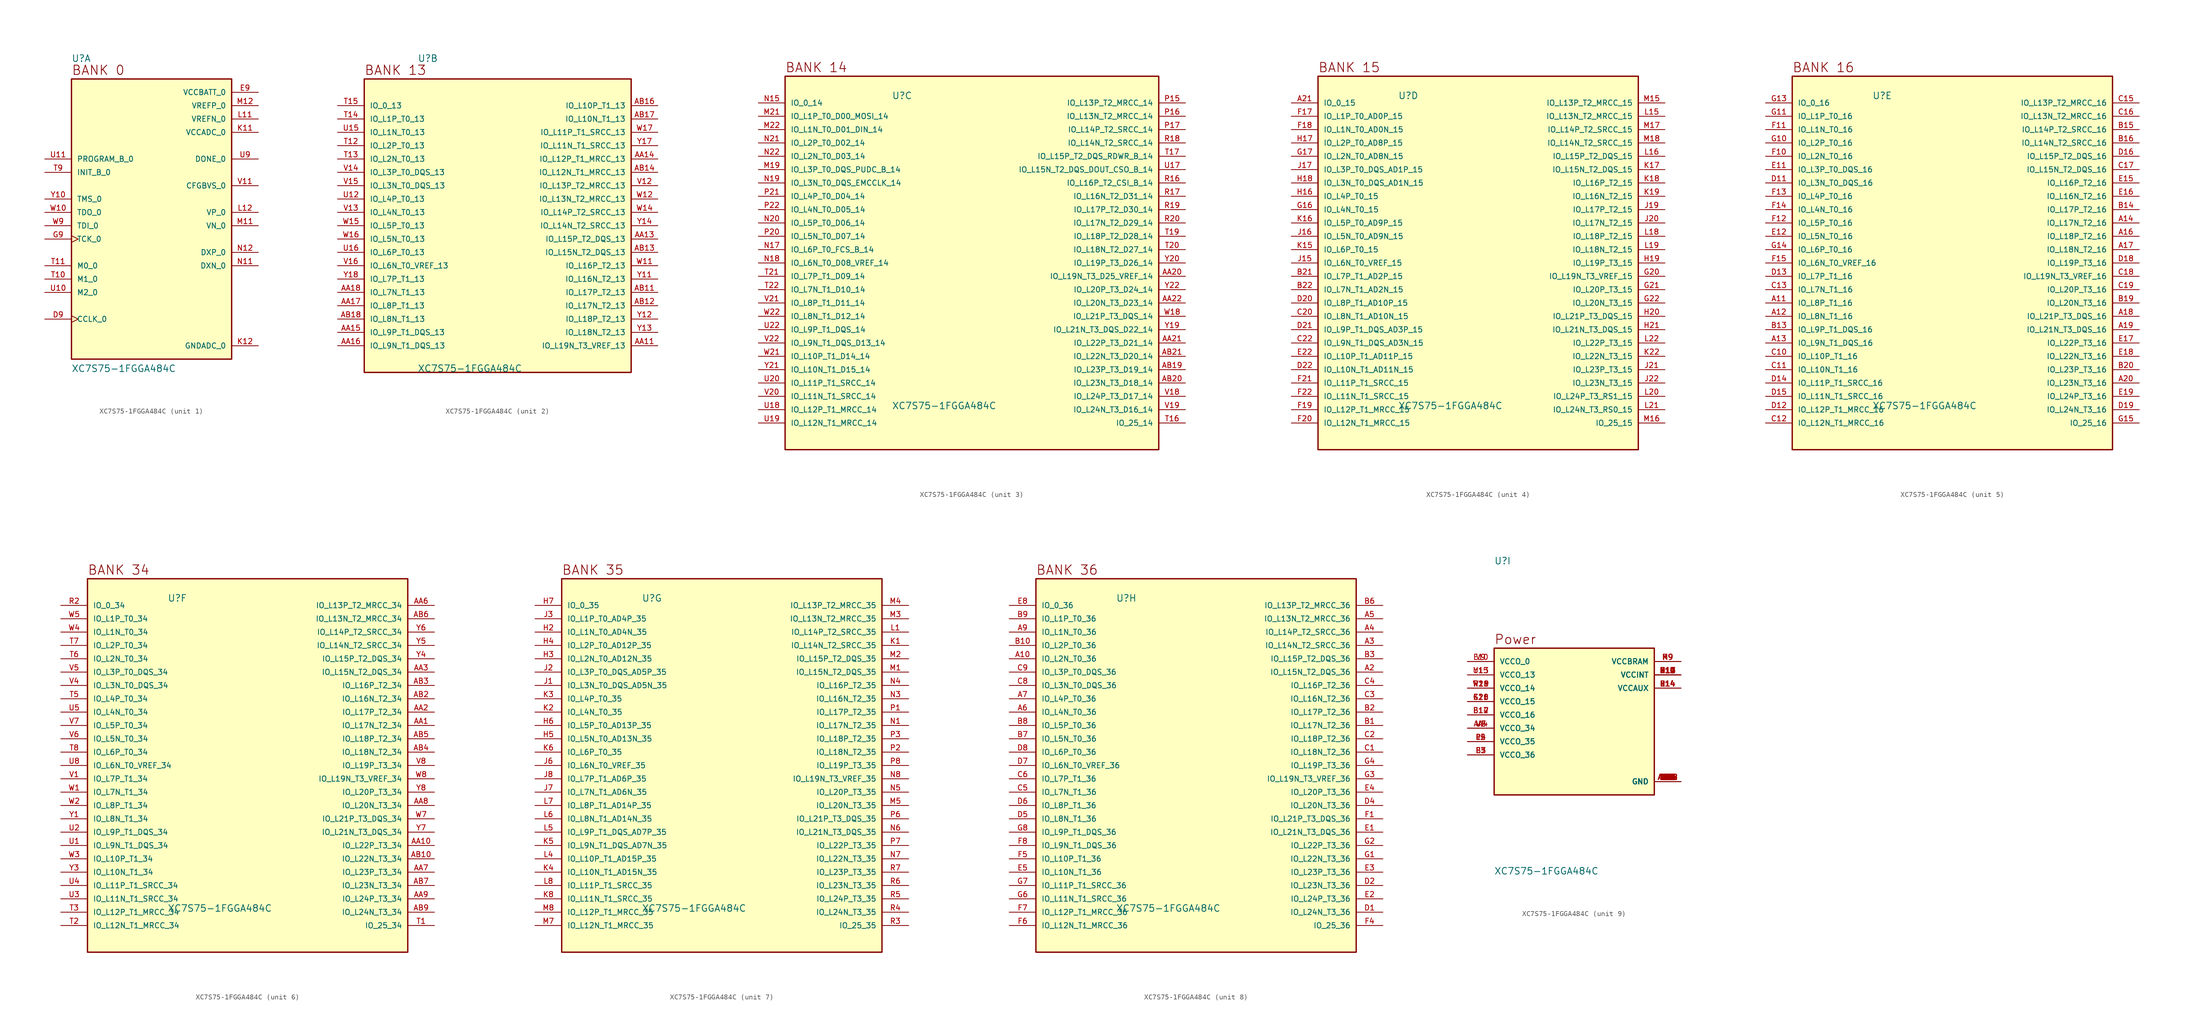
<source format=kicad_sym>
(kicad_symbol_lib
  (version 20231120)
  (generator "kicad_symbol_editor")
  (generator_version "8.0")
  (symbol "XC7S75-1FGGA484C"
    (pin_names
      (offset 1.016))
    (property "Reference" "U"
      (at -15.24 31.115 0)
      (effects (font (size 1.27 1.27)) (justify left bottom)))
    (property "Value" "XC7S75-1FGGA484C"
      (at -15.24 -27.94 0)
      (effects (font (size 1.27 1.27)) (justify left bottom)))
    (symbol "XC7S75-1FGGA484C_1_0"
      (rectangle (start -15.24 -25.4) (end 15.24 27.94) (stroke (width 0.254) (type default)) (fill (type background)))
      (text "BANK 0" (at -15.24 28.575 0) (effects (font (size 1.778 1.778)) (justify left bottom)))
      (pin input clock (at -20.32 -17.78 0) (length 5.08) (name "CCLK_0" (effects (font (size 1.016 1.016)))) (number "D9" (effects (font (size 1.016 1.016)))))
      (pin power_in line (at 20.32 25.4 180) (length 5.08) (name "VCCBATT_0" (effects (font (size 1.016 1.016)))) (number "E9" (effects (font (size 1.016 1.016)))))
      (pin input clock (at -20.32 -2.54 0) (length 5.08) (name "TCK_0" (effects (font (size 1.016 1.016)))) (number "G9" (effects (font (size 1.016 1.016)))))
      (pin power_in line (at 20.32 17.78 180) (length 5.08) (name "VCCADC_0" (effects (font (size 1.016 1.016)))) (number "K11" (effects (font (size 1.016 1.016)))))
      (pin power_in line (at 20.32 -22.86 180) (length 5.08) (name "GNDADC_0" (effects (font (size 1.016 1.016)))) (number "K12" (effects (font (size 1.016 1.016)))))
      (pin power_in line (at 20.32 20.32 180) (length 5.08) (name "VREFN_0" (effects (font (size 1.016 1.016)))) (number "L11" (effects (font (size 1.016 1.016)))))
      (pin bidirectional line (at 20.32 2.54 180) (length 5.08) (name "VP_0" (effects (font (size 1.016 1.016)))) (number "L12" (effects (font (size 1.016 1.016)))))
      (pin bidirectional line (at 20.32 0 180) (length 5.08) (name "VN_0" (effects (font (size 1.016 1.016)))) (number "M11" (effects (font (size 1.016 1.016)))))
      (pin power_in line (at 20.32 22.86 180) (length 5.08) (name "VREFP_0" (effects (font (size 1.016 1.016)))) (number "M12" (effects (font (size 1.016 1.016)))))
      (pin bidirectional line (at 20.32 -7.62 180) (length 5.08) (name "DXN_0" (effects (font (size 1.016 1.016)))) (number "N11" (effects (font (size 1.016 1.016)))))
      (pin bidirectional line (at 20.32 -5.08 180) (length 5.08) (name "DXP_0" (effects (font (size 1.016 1.016)))) (number "N12" (effects (font (size 1.016 1.016)))))
      (pin input line (at -20.32 -10.16 0) (length 5.08) (name "M1_0" (effects (font (size 1.016 1.016)))) (number "T10" (effects (font (size 1.016 1.016)))))
      (pin input line (at -20.32 -7.62 0) (length 5.08) (name "M0_0" (effects (font (size 1.016 1.016)))) (number "T11" (effects (font (size 1.016 1.016)))))
      (pin input line (at -20.32 10.16 0) (length 5.08) (name "INIT_B_0" (effects (font (size 1.016 1.016)))) (number "T9" (effects (font (size 1.016 1.016)))))
      (pin input line (at -20.32 -12.7 0) (length 5.08) (name "M2_0" (effects (font (size 1.016 1.016)))) (number "U10" (effects (font (size 1.016 1.016)))))
      (pin input line (at -20.32 12.7 0) (length 5.08) (name "PROGRAM_B_0" (effects (font (size 1.016 1.016)))) (number "U11" (effects (font (size 1.016 1.016)))))
      (pin output line (at 20.32 12.7 180) (length 5.08) (name "DONE_0" (effects (font (size 1.016 1.016)))) (number "U9" (effects (font (size 1.016 1.016)))))
      (pin bidirectional line (at 20.32 7.62 180) (length 5.08) (name "CFGBVS_0" (effects (font (size 1.016 1.016)))) (number "V11" (effects (font (size 1.016 1.016)))))
      (pin output line (at -20.32 2.54 0) (length 5.08) (name "TDO_0" (effects (font (size 1.016 1.016)))) (number "W10" (effects (font (size 1.016 1.016)))))
      (pin input line (at -20.32 0 0) (length 5.08) (name "TDI_0" (effects (font (size 1.016 1.016)))) (number "W9" (effects (font (size 1.016 1.016)))))
      (pin input line (at -20.32 5.08 0) (length 5.08) (name "TMS_0" (effects (font (size 1.016 1.016)))) (number "Y10" (effects (font (size 1.016 1.016))))))
    (symbol "XC7S75-1FGGA484C_2_0"
      (rectangle (start -25.4 -27.94) (end 25.4 27.94) (stroke (width 0.254) (type default)) (fill (type background)))
      (text "BANK 13" (at -25.4 28.575 0) (effects (font (size 1.778 1.778)) (justify left bottom)))
      (pin bidirectional line (at 30.48 -22.86 180) (length 5.08) (name "IO_L19N_T3_VREF_13" (effects (font (size 1.016 1.016)))) (number "AA11" (effects (font (size 1.016 1.016)))))
      (pin bidirectional line (at 30.48 -2.54 180) (length 5.08) (name "IO_L15P_T2_DQS_13" (effects (font (size 1.016 1.016)))) (number "AA13" (effects (font (size 1.016 1.016)))))
      (pin bidirectional line (at 30.48 12.7 180) (length 5.08) (name "IO_L12P_T1_MRCC_13" (effects (font (size 1.016 1.016)))) (number "AA14" (effects (font (size 1.016 1.016)))))
      (pin bidirectional line (at -30.48 -20.32 0) (length 5.08) (name "IO_L9P_T1_DQS_13" (effects (font (size 1.016 1.016)))) (number "AA15" (effects (font (size 1.016 1.016)))))
      (pin bidirectional line (at -30.48 -22.86 0) (length 5.08) (name "IO_L9N_T1_DQS_13" (effects (font (size 1.016 1.016)))) (number "AA16" (effects (font (size 1.016 1.016)))))
      (pin bidirectional line (at -30.48 -15.24 0) (length 5.08) (name "IO_L8P_T1_13" (effects (font (size 1.016 1.016)))) (number "AA17" (effects (font (size 1.016 1.016)))))
      (pin bidirectional line (at -30.48 -12.7 0) (length 5.08) (name "IO_L7N_T1_13" (effects (font (size 1.016 1.016)))) (number "AA18" (effects (font (size 1.016 1.016)))))
      (pin bidirectional line (at 30.48 -12.7 180) (length 5.08) (name "IO_L17P_T2_13" (effects (font (size 1.016 1.016)))) (number "AB11" (effects (font (size 1.016 1.016)))))
      (pin bidirectional line (at 30.48 -15.24 180) (length 5.08) (name "IO_L17N_T2_13" (effects (font (size 1.016 1.016)))) (number "AB12" (effects (font (size 1.016 1.016)))))
      (pin bidirectional line (at 30.48 -5.08 180) (length 5.08) (name "IO_L15N_T2_DQS_13" (effects (font (size 1.016 1.016)))) (number "AB13" (effects (font (size 1.016 1.016)))))
      (pin bidirectional line (at 30.48 10.16 180) (length 5.08) (name "IO_L12N_T1_MRCC_13" (effects (font (size 1.016 1.016)))) (number "AB14" (effects (font (size 1.016 1.016)))))
      (pin bidirectional line (at 30.48 22.86 180) (length 5.08) (name "IO_L10P_T1_13" (effects (font (size 1.016 1.016)))) (number "AB16" (effects (font (size 1.016 1.016)))))
      (pin bidirectional line (at 30.48 20.32 180) (length 5.08) (name "IO_L10N_T1_13" (effects (font (size 1.016 1.016)))) (number "AB17" (effects (font (size 1.016 1.016)))))
      (pin bidirectional line (at -30.48 -17.78 0) (length 5.08) (name "IO_L8N_T1_13" (effects (font (size 1.016 1.016)))) (number "AB18" (effects (font (size 1.016 1.016)))))
      (pin bidirectional line (at -30.48 15.24 0) (length 5.08) (name "IO_L2P_T0_13" (effects (font (size 1.016 1.016)))) (number "T12" (effects (font (size 1.016 1.016)))))
      (pin bidirectional line (at -30.48 12.7 0) (length 5.08) (name "IO_L2N_T0_13" (effects (font (size 1.016 1.016)))) (number "T13" (effects (font (size 1.016 1.016)))))
      (pin bidirectional line (at -30.48 20.32 0) (length 5.08) (name "IO_L1P_T0_13" (effects (font (size 1.016 1.016)))) (number "T14" (effects (font (size 1.016 1.016)))))
      (pin bidirectional line (at -30.48 22.86 0) (length 5.08) (name "IO_0_13" (effects (font (size 1.016 1.016)))) (number "T15" (effects (font (size 1.016 1.016)))))
      (pin bidirectional line (at -30.48 5.08 0) (length 5.08) (name "IO_L4P_T0_13" (effects (font (size 1.016 1.016)))) (number "U12" (effects (font (size 1.016 1.016)))))
      (pin bidirectional line (at -30.48 17.78 0) (length 5.08) (name "IO_L1N_T0_13" (effects (font (size 1.016 1.016)))) (number "U15" (effects (font (size 1.016 1.016)))))
      (pin bidirectional line (at -30.48 -5.08 0) (length 5.08) (name "IO_L6P_T0_13" (effects (font (size 1.016 1.016)))) (number "U16" (effects (font (size 1.016 1.016)))))
      (pin bidirectional line (at 30.48 7.62 180) (length 5.08) (name "IO_L13P_T2_MRCC_13" (effects (font (size 1.016 1.016)))) (number "V12" (effects (font (size 1.016 1.016)))))
      (pin bidirectional line (at -30.48 2.54 0) (length 5.08) (name "IO_L4N_T0_13" (effects (font (size 1.016 1.016)))) (number "V13" (effects (font (size 1.016 1.016)))))
      (pin bidirectional line (at -30.48 10.16 0) (length 5.08) (name "IO_L3P_T0_DQS_13" (effects (font (size 1.016 1.016)))) (number "V14" (effects (font (size 1.016 1.016)))))
      (pin bidirectional line (at -30.48 7.62 0) (length 5.08) (name "IO_L3N_T0_DQS_13" (effects (font (size 1.016 1.016)))) (number "V15" (effects (font (size 1.016 1.016)))))
      (pin bidirectional line (at -30.48 -7.62 0) (length 5.08) (name "IO_L6N_T0_VREF_13" (effects (font (size 1.016 1.016)))) (number "V16" (effects (font (size 1.016 1.016)))))
      (pin bidirectional line (at 30.48 -7.62 180) (length 5.08) (name "IO_L16P_T2_13" (effects (font (size 1.016 1.016)))) (number "W11" (effects (font (size 1.016 1.016)))))
      (pin bidirectional line (at 30.48 5.08 180) (length 5.08) (name "IO_L13N_T2_MRCC_13" (effects (font (size 1.016 1.016)))) (number "W12" (effects (font (size 1.016 1.016)))))
      (pin bidirectional line (at 30.48 2.54 180) (length 5.08) (name "IO_L14P_T2_SRCC_13" (effects (font (size 1.016 1.016)))) (number "W14" (effects (font (size 1.016 1.016)))))
      (pin bidirectional line (at -30.48 0 0) (length 5.08) (name "IO_L5P_T0_13" (effects (font (size 1.016 1.016)))) (number "W15" (effects (font (size 1.016 1.016)))))
      (pin bidirectional line (at -30.48 -2.54 0) (length 5.08) (name "IO_L5N_T0_13" (effects (font (size 1.016 1.016)))) (number "W16" (effects (font (size 1.016 1.016)))))
      (pin bidirectional line (at 30.48 17.78 180) (length 5.08) (name "IO_L11P_T1_SRCC_13" (effects (font (size 1.016 1.016)))) (number "W17" (effects (font (size 1.016 1.016)))))
      (pin bidirectional line (at 30.48 -10.16 180) (length 5.08) (name "IO_L16N_T2_13" (effects (font (size 1.016 1.016)))) (number "Y11" (effects (font (size 1.016 1.016)))))
      (pin bidirectional line (at 30.48 -17.78 180) (length 5.08) (name "IO_L18P_T2_13" (effects (font (size 1.016 1.016)))) (number "Y12" (effects (font (size 1.016 1.016)))))
      (pin bidirectional line (at 30.48 -20.32 180) (length 5.08) (name "IO_L18N_T2_13" (effects (font (size 1.016 1.016)))) (number "Y13" (effects (font (size 1.016 1.016)))))
      (pin bidirectional line (at 30.48 0 180) (length 5.08) (name "IO_L14N_T2_SRCC_13" (effects (font (size 1.016 1.016)))) (number "Y14" (effects (font (size 1.016 1.016)))))
      (pin bidirectional line (at 30.48 15.24 180) (length 5.08) (name "IO_L11N_T1_SRCC_13" (effects (font (size 1.016 1.016)))) (number "Y17" (effects (font (size 1.016 1.016)))))
      (pin bidirectional line (at -30.48 -10.16 0) (length 5.08) (name "IO_L7P_T1_13" (effects (font (size 1.016 1.016)))) (number "Y18" (effects (font (size 1.016 1.016))))))
    (symbol "XC7S75-1FGGA484C_3_0"
      (rectangle (start -35.56 -35.56) (end 35.56 35.56) (stroke (width 0.254) (type default)) (fill (type background)))
      (text "BANK 14" (at -35.56 36.195 0) (effects (font (size 1.778 1.778)) (justify left bottom)))
      (pin bidirectional line (at 40.64 -2.54 180) (length 5.08) (name "IO_L19N_T3_D25_VREF_14" (effects (font (size 1.016 1.016)))) (number "AA20" (effects (font (size 1.016 1.016)))))
      (pin bidirectional line (at 40.64 -15.24 180) (length 5.08) (name "IO_L22P_T3_D21_14" (effects (font (size 1.016 1.016)))) (number "AA21" (effects (font (size 1.016 1.016)))))
      (pin bidirectional line (at 40.64 -7.62 180) (length 5.08) (name "IO_L20N_T3_D23_14" (effects (font (size 1.016 1.016)))) (number "AA22" (effects (font (size 1.016 1.016)))))
      (pin bidirectional line (at 40.64 -20.32 180) (length 5.08) (name "IO_L23P_T3_D19_14" (effects (font (size 1.016 1.016)))) (number "AB19" (effects (font (size 1.016 1.016)))))
      (pin bidirectional line (at 40.64 -22.86 180) (length 5.08) (name "IO_L23N_T3_D18_14" (effects (font (size 1.016 1.016)))) (number "AB20" (effects (font (size 1.016 1.016)))))
      (pin bidirectional line (at 40.64 -17.78 180) (length 5.08) (name "IO_L22N_T3_D20_14" (effects (font (size 1.016 1.016)))) (number "AB21" (effects (font (size 1.016 1.016)))))
      (pin bidirectional line (at -40.64 17.78 0) (length 5.08) (name "IO_L3P_T0_DQS_PUDC_B_14" (effects (font (size 1.016 1.016)))) (number "M19" (effects (font (size 1.016 1.016)))))
      (pin bidirectional line (at -40.64 27.94 0) (length 5.08) (name "IO_L1P_T0_D00_MOSI_14" (effects (font (size 1.016 1.016)))) (number "M21" (effects (font (size 1.016 1.016)))))
      (pin bidirectional line (at -40.64 25.4 0) (length 5.08) (name "IO_L1N_T0_D01_DIN_14" (effects (font (size 1.016 1.016)))) (number "M22" (effects (font (size 1.016 1.016)))))
      (pin bidirectional line (at -40.64 30.48 0) (length 5.08) (name "IO_0_14" (effects (font (size 1.016 1.016)))) (number "N15" (effects (font (size 1.016 1.016)))))
      (pin bidirectional line (at -40.64 2.54 0) (length 5.08) (name "IO_L6P_T0_FCS_B_14" (effects (font (size 1.016 1.016)))) (number "N17" (effects (font (size 1.016 1.016)))))
      (pin bidirectional line (at -40.64 0 0) (length 5.08) (name "IO_L6N_T0_D08_VREF_14" (effects (font (size 1.016 1.016)))) (number "N18" (effects (font (size 1.016 1.016)))))
      (pin bidirectional line (at -40.64 15.24 0) (length 5.08) (name "IO_L3N_T0_DQS_EMCCLK_14" (effects (font (size 1.016 1.016)))) (number "N19" (effects (font (size 1.016 1.016)))))
      (pin bidirectional line (at -40.64 7.62 0) (length 5.08) (name "IO_L5P_T0_D06_14" (effects (font (size 1.016 1.016)))) (number "N20" (effects (font (size 1.016 1.016)))))
      (pin bidirectional line (at -40.64 22.86 0) (length 5.08) (name "IO_L2P_T0_D02_14" (effects (font (size 1.016 1.016)))) (number "N21" (effects (font (size 1.016 1.016)))))
      (pin bidirectional line (at -40.64 20.32 0) (length 5.08) (name "IO_L2N_T0_D03_14" (effects (font (size 1.016 1.016)))) (number "N22" (effects (font (size 1.016 1.016)))))
      (pin bidirectional line (at 40.64 30.48 180) (length 5.08) (name "IO_L13P_T2_MRCC_14" (effects (font (size 1.016 1.016)))) (number "P15" (effects (font (size 1.016 1.016)))))
      (pin bidirectional line (at 40.64 27.94 180) (length 5.08) (name "IO_L13N_T2_MRCC_14" (effects (font (size 1.016 1.016)))) (number "P16" (effects (font (size 1.016 1.016)))))
      (pin bidirectional line (at 40.64 25.4 180) (length 5.08) (name "IO_L14P_T2_SRCC_14" (effects (font (size 1.016 1.016)))) (number "P17" (effects (font (size 1.016 1.016)))))
      (pin bidirectional line (at -40.64 5.08 0) (length 5.08) (name "IO_L5N_T0_D07_14" (effects (font (size 1.016 1.016)))) (number "P20" (effects (font (size 1.016 1.016)))))
      (pin bidirectional line (at -40.64 12.7 0) (length 5.08) (name "IO_L4P_T0_D04_14" (effects (font (size 1.016 1.016)))) (number "P21" (effects (font (size 1.016 1.016)))))
      (pin bidirectional line (at -40.64 10.16 0) (length 5.08) (name "IO_L4N_T0_D05_14" (effects (font (size 1.016 1.016)))) (number "P22" (effects (font (size 1.016 1.016)))))
      (pin bidirectional line (at 40.64 15.24 180) (length 5.08) (name "IO_L16P_T2_CSI_B_14" (effects (font (size 1.016 1.016)))) (number "R16" (effects (font (size 1.016 1.016)))))
      (pin bidirectional line (at 40.64 12.7 180) (length 5.08) (name "IO_L16N_T2_D31_14" (effects (font (size 1.016 1.016)))) (number "R17" (effects (font (size 1.016 1.016)))))
      (pin bidirectional line (at 40.64 22.86 180) (length 5.08) (name "IO_L14N_T2_SRCC_14" (effects (font (size 1.016 1.016)))) (number "R18" (effects (font (size 1.016 1.016)))))
      (pin bidirectional line (at 40.64 10.16 180) (length 5.08) (name "IO_L17P_T2_D30_14" (effects (font (size 1.016 1.016)))) (number "R19" (effects (font (size 1.016 1.016)))))
      (pin bidirectional line (at 40.64 7.62 180) (length 5.08) (name "IO_L17N_T2_D29_14" (effects (font (size 1.016 1.016)))) (number "R20" (effects (font (size 1.016 1.016)))))
      (pin bidirectional line (at 40.64 -30.48 180) (length 5.08) (name "IO_25_14" (effects (font (size 1.016 1.016)))) (number "T16" (effects (font (size 1.016 1.016)))))
      (pin bidirectional line (at 40.64 20.32 180) (length 5.08) (name "IO_L15P_T2_DQS_RDWR_B_14" (effects (font (size 1.016 1.016)))) (number "T17" (effects (font (size 1.016 1.016)))))
      (pin bidirectional line (at 40.64 5.08 180) (length 5.08) (name "IO_L18P_T2_D28_14" (effects (font (size 1.016 1.016)))) (number "T19" (effects (font (size 1.016 1.016)))))
      (pin bidirectional line (at 40.64 2.54 180) (length 5.08) (name "IO_L18N_T2_D27_14" (effects (font (size 1.016 1.016)))) (number "T20" (effects (font (size 1.016 1.016)))))
      (pin bidirectional line (at -40.64 -2.54 0) (length 5.08) (name "IO_L7P_T1_D09_14" (effects (font (size 1.016 1.016)))) (number "T21" (effects (font (size 1.016 1.016)))))
      (pin bidirectional line (at -40.64 -5.08 0) (length 5.08) (name "IO_L7N_T1_D10_14" (effects (font (size 1.016 1.016)))) (number "T22" (effects (font (size 1.016 1.016)))))
      (pin bidirectional line (at 40.64 17.78 180) (length 5.08) (name "IO_L15N_T2_DQS_DOUT_CSO_B_14" (effects (font (size 1.016 1.016)))) (number "U17" (effects (font (size 1.016 1.016)))))
      (pin bidirectional line (at -40.64 -27.94 0) (length 5.08) (name "IO_L12P_T1_MRCC_14" (effects (font (size 1.016 1.016)))) (number "U18" (effects (font (size 1.016 1.016)))))
      (pin bidirectional line (at -40.64 -30.48 0) (length 5.08) (name "IO_L12N_T1_MRCC_14" (effects (font (size 1.016 1.016)))) (number "U19" (effects (font (size 1.016 1.016)))))
      (pin bidirectional line (at -40.64 -22.86 0) (length 5.08) (name "IO_L11P_T1_SRCC_14" (effects (font (size 1.016 1.016)))) (number "U20" (effects (font (size 1.016 1.016)))))
      (pin bidirectional line (at -40.64 -12.7 0) (length 5.08) (name "IO_L9P_T1_DQS_14" (effects (font (size 1.016 1.016)))) (number "U22" (effects (font (size 1.016 1.016)))))
      (pin bidirectional line (at 40.64 -25.4 180) (length 5.08) (name "IO_L24P_T3_D17_14" (effects (font (size 1.016 1.016)))) (number "V18" (effects (font (size 1.016 1.016)))))
      (pin bidirectional line (at 40.64 -27.94 180) (length 5.08) (name "IO_L24N_T3_D16_14" (effects (font (size 1.016 1.016)))) (number "V19" (effects (font (size 1.016 1.016)))))
      (pin bidirectional line (at -40.64 -25.4 0) (length 5.08) (name "IO_L11N_T1_SRCC_14" (effects (font (size 1.016 1.016)))) (number "V20" (effects (font (size 1.016 1.016)))))
      (pin bidirectional line (at -40.64 -7.62 0) (length 5.08) (name "IO_L8P_T1_D11_14" (effects (font (size 1.016 1.016)))) (number "V21" (effects (font (size 1.016 1.016)))))
      (pin bidirectional line (at -40.64 -15.24 0) (length 5.08) (name "IO_L9N_T1_DQS_D13_14" (effects (font (size 1.016 1.016)))) (number "V22" (effects (font (size 1.016 1.016)))))
      (pin bidirectional line (at 40.64 -10.16 180) (length 5.08) (name "IO_L21P_T3_DQS_14" (effects (font (size 1.016 1.016)))) (number "W18" (effects (font (size 1.016 1.016)))))
      (pin bidirectional line (at -40.64 -17.78 0) (length 5.08) (name "IO_L10P_T1_D14_14" (effects (font (size 1.016 1.016)))) (number "W21" (effects (font (size 1.016 1.016)))))
      (pin bidirectional line (at -40.64 -10.16 0) (length 5.08) (name "IO_L8N_T1_D12_14" (effects (font (size 1.016 1.016)))) (number "W22" (effects (font (size 1.016 1.016)))))
      (pin bidirectional line (at 40.64 -12.7 180) (length 5.08) (name "IO_L21N_T3_DQS_D22_14" (effects (font (size 1.016 1.016)))) (number "Y19" (effects (font (size 1.016 1.016)))))
      (pin bidirectional line (at 40.64 0 180) (length 5.08) (name "IO_L19P_T3_D26_14" (effects (font (size 1.016 1.016)))) (number "Y20" (effects (font (size 1.016 1.016)))))
      (pin bidirectional line (at -40.64 -20.32 0) (length 5.08) (name "IO_L10N_T1_D15_14" (effects (font (size 1.016 1.016)))) (number "Y21" (effects (font (size 1.016 1.016)))))
      (pin bidirectional line (at 40.64 -5.08 180) (length 5.08) (name "IO_L20P_T3_D24_14" (effects (font (size 1.016 1.016)))) (number "Y22" (effects (font (size 1.016 1.016))))))
    (symbol "XC7S75-1FGGA484C_4_0"
      (rectangle (start -30.48 -35.56) (end 30.48 35.56) (stroke (width 0.254) (type default)) (fill (type background)))
      (text "BANK 15" (at -30.48 36.195 0) (effects (font (size 1.778 1.778)) (justify left bottom)))
      (pin bidirectional line (at -35.56 30.48 0) (length 5.08) (name "IO_0_15" (effects (font (size 1.016 1.016)))) (number "A21" (effects (font (size 1.016 1.016)))))
      (pin bidirectional line (at -35.56 -2.54 0) (length 5.08) (name "IO_L7P_T1_AD2P_15" (effects (font (size 1.016 1.016)))) (number "B21" (effects (font (size 1.016 1.016)))))
      (pin bidirectional line (at -35.56 -5.08 0) (length 5.08) (name "IO_L7N_T1_AD2N_15" (effects (font (size 1.016 1.016)))) (number "B22" (effects (font (size 1.016 1.016)))))
      (pin bidirectional line (at -35.56 -10.16 0) (length 5.08) (name "IO_L8N_T1_AD10N_15" (effects (font (size 1.016 1.016)))) (number "C20" (effects (font (size 1.016 1.016)))))
      (pin bidirectional line (at -35.56 -15.24 0) (length 5.08) (name "IO_L9N_T1_DQS_AD3N_15" (effects (font (size 1.016 1.016)))) (number "C22" (effects (font (size 1.016 1.016)))))
      (pin bidirectional line (at -35.56 -7.62 0) (length 5.08) (name "IO_L8P_T1_AD10P_15" (effects (font (size 1.016 1.016)))) (number "D20" (effects (font (size 1.016 1.016)))))
      (pin bidirectional line (at -35.56 -12.7 0) (length 5.08) (name "IO_L9P_T1_DQS_AD3P_15" (effects (font (size 1.016 1.016)))) (number "D21" (effects (font (size 1.016 1.016)))))
      (pin bidirectional line (at -35.56 -20.32 0) (length 5.08) (name "IO_L10N_T1_AD11N_15" (effects (font (size 1.016 1.016)))) (number "D22" (effects (font (size 1.016 1.016)))))
      (pin bidirectional line (at -35.56 -17.78 0) (length 5.08) (name "IO_L10P_T1_AD11P_15" (effects (font (size 1.016 1.016)))) (number "E22" (effects (font (size 1.016 1.016)))))
      (pin bidirectional line (at -35.56 27.94 0) (length 5.08) (name "IO_L1P_T0_AD0P_15" (effects (font (size 1.016 1.016)))) (number "F17" (effects (font (size 1.016 1.016)))))
      (pin bidirectional line (at -35.56 25.4 0) (length 5.08) (name "IO_L1N_T0_AD0N_15" (effects (font (size 1.016 1.016)))) (number "F18" (effects (font (size 1.016 1.016)))))
      (pin bidirectional line (at -35.56 -27.94 0) (length 5.08) (name "IO_L12P_T1_MRCC_15" (effects (font (size 1.016 1.016)))) (number "F19" (effects (font (size 1.016 1.016)))))
      (pin bidirectional line (at -35.56 -30.48 0) (length 5.08) (name "IO_L12N_T1_MRCC_15" (effects (font (size 1.016 1.016)))) (number "F20" (effects (font (size 1.016 1.016)))))
      (pin bidirectional line (at -35.56 -22.86 0) (length 5.08) (name "IO_L11P_T1_SRCC_15" (effects (font (size 1.016 1.016)))) (number "F21" (effects (font (size 1.016 1.016)))))
      (pin bidirectional line (at -35.56 -25.4 0) (length 5.08) (name "IO_L11N_T1_SRCC_15" (effects (font (size 1.016 1.016)))) (number "F22" (effects (font (size 1.016 1.016)))))
      (pin bidirectional line (at -35.56 10.16 0) (length 5.08) (name "IO_L4N_T0_15" (effects (font (size 1.016 1.016)))) (number "G16" (effects (font (size 1.016 1.016)))))
      (pin bidirectional line (at -35.56 20.32 0) (length 5.08) (name "IO_L2N_T0_AD8N_15" (effects (font (size 1.016 1.016)))) (number "G17" (effects (font (size 1.016 1.016)))))
      (pin bidirectional line (at 35.56 -2.54 180) (length 5.08) (name "IO_L19N_T3_VREF_15" (effects (font (size 1.016 1.016)))) (number "G20" (effects (font (size 1.016 1.016)))))
      (pin bidirectional line (at 35.56 -5.08 180) (length 5.08) (name "IO_L20P_T3_15" (effects (font (size 1.016 1.016)))) (number "G21" (effects (font (size 1.016 1.016)))))
      (pin bidirectional line (at 35.56 -7.62 180) (length 5.08) (name "IO_L20N_T3_15" (effects (font (size 1.016 1.016)))) (number "G22" (effects (font (size 1.016 1.016)))))
      (pin bidirectional line (at -35.56 12.7 0) (length 5.08) (name "IO_L4P_T0_15" (effects (font (size 1.016 1.016)))) (number "H16" (effects (font (size 1.016 1.016)))))
      (pin bidirectional line (at -35.56 22.86 0) (length 5.08) (name "IO_L2P_T0_AD8P_15" (effects (font (size 1.016 1.016)))) (number "H17" (effects (font (size 1.016 1.016)))))
      (pin bidirectional line (at -35.56 15.24 0) (length 5.08) (name "IO_L3N_T0_DQS_AD1N_15" (effects (font (size 1.016 1.016)))) (number "H18" (effects (font (size 1.016 1.016)))))
      (pin bidirectional line (at 35.56 0 180) (length 5.08) (name "IO_L19P_T3_15" (effects (font (size 1.016 1.016)))) (number "H19" (effects (font (size 1.016 1.016)))))
      (pin bidirectional line (at 35.56 -10.16 180) (length 5.08) (name "IO_L21P_T3_DQS_15" (effects (font (size 1.016 1.016)))) (number "H20" (effects (font (size 1.016 1.016)))))
      (pin bidirectional line (at 35.56 -12.7 180) (length 5.08) (name "IO_L21N_T3_DQS_15" (effects (font (size 1.016 1.016)))) (number "H21" (effects (font (size 1.016 1.016)))))
      (pin bidirectional line (at -35.56 0 0) (length 5.08) (name "IO_L6N_T0_VREF_15" (effects (font (size 1.016 1.016)))) (number "J15" (effects (font (size 1.016 1.016)))))
      (pin bidirectional line (at -35.56 5.08 0) (length 5.08) (name "IO_L5N_T0_AD9N_15" (effects (font (size 1.016 1.016)))) (number "J16" (effects (font (size 1.016 1.016)))))
      (pin bidirectional line (at -35.56 17.78 0) (length 5.08) (name "IO_L3P_T0_DQS_AD1P_15" (effects (font (size 1.016 1.016)))) (number "J17" (effects (font (size 1.016 1.016)))))
      (pin bidirectional line (at 35.56 10.16 180) (length 5.08) (name "IO_L17P_T2_15" (effects (font (size 1.016 1.016)))) (number "J19" (effects (font (size 1.016 1.016)))))
      (pin bidirectional line (at 35.56 7.62 180) (length 5.08) (name "IO_L17N_T2_15" (effects (font (size 1.016 1.016)))) (number "J20" (effects (font (size 1.016 1.016)))))
      (pin bidirectional line (at 35.56 -20.32 180) (length 5.08) (name "IO_L23P_T3_15" (effects (font (size 1.016 1.016)))) (number "J21" (effects (font (size 1.016 1.016)))))
      (pin bidirectional line (at 35.56 -22.86 180) (length 5.08) (name "IO_L23N_T3_15" (effects (font (size 1.016 1.016)))) (number "J22" (effects (font (size 1.016 1.016)))))
      (pin bidirectional line (at -35.56 2.54 0) (length 5.08) (name "IO_L6P_T0_15" (effects (font (size 1.016 1.016)))) (number "K15" (effects (font (size 1.016 1.016)))))
      (pin bidirectional line (at -35.56 7.62 0) (length 5.08) (name "IO_L5P_T0_AD9P_15" (effects (font (size 1.016 1.016)))) (number "K16" (effects (font (size 1.016 1.016)))))
      (pin bidirectional line (at 35.56 17.78 180) (length 5.08) (name "IO_L15N_T2_DQS_15" (effects (font (size 1.016 1.016)))) (number "K17" (effects (font (size 1.016 1.016)))))
      (pin bidirectional line (at 35.56 15.24 180) (length 5.08) (name "IO_L16P_T2_15" (effects (font (size 1.016 1.016)))) (number "K18" (effects (font (size 1.016 1.016)))))
      (pin bidirectional line (at 35.56 12.7 180) (length 5.08) (name "IO_L16N_T2_15" (effects (font (size 1.016 1.016)))) (number "K19" (effects (font (size 1.016 1.016)))))
      (pin bidirectional line (at 35.56 -17.78 180) (length 5.08) (name "IO_L22N_T3_15" (effects (font (size 1.016 1.016)))) (number "K22" (effects (font (size 1.016 1.016)))))
      (pin bidirectional line (at 35.56 27.94 180) (length 5.08) (name "IO_L13N_T2_MRCC_15" (effects (font (size 1.016 1.016)))) (number "L15" (effects (font (size 1.016 1.016)))))
      (pin bidirectional line (at 35.56 20.32 180) (length 5.08) (name "IO_L15P_T2_DQS_15" (effects (font (size 1.016 1.016)))) (number "L16" (effects (font (size 1.016 1.016)))))
      (pin bidirectional line (at 35.56 5.08 180) (length 5.08) (name "IO_L18P_T2_15" (effects (font (size 1.016 1.016)))) (number "L18" (effects (font (size 1.016 1.016)))))
      (pin bidirectional line (at 35.56 2.54 180) (length 5.08) (name "IO_L18N_T2_15" (effects (font (size 1.016 1.016)))) (number "L19" (effects (font (size 1.016 1.016)))))
      (pin bidirectional line (at 35.56 -25.4 180) (length 5.08) (name "IO_L24P_T3_RS1_15" (effects (font (size 1.016 1.016)))) (number "L20" (effects (font (size 1.016 1.016)))))
      (pin bidirectional line (at 35.56 -27.94 180) (length 5.08) (name "IO_L24N_T3_RS0_15" (effects (font (size 1.016 1.016)))) (number "L21" (effects (font (size 1.016 1.016)))))
      (pin bidirectional line (at 35.56 -15.24 180) (length 5.08) (name "IO_L22P_T3_15" (effects (font (size 1.016 1.016)))) (number "L22" (effects (font (size 1.016 1.016)))))
      (pin bidirectional line (at 35.56 30.48 180) (length 5.08) (name "IO_L13P_T2_MRCC_15" (effects (font (size 1.016 1.016)))) (number "M15" (effects (font (size 1.016 1.016)))))
      (pin bidirectional line (at 35.56 -30.48 180) (length 5.08) (name "IO_25_15" (effects (font (size 1.016 1.016)))) (number "M16" (effects (font (size 1.016 1.016)))))
      (pin bidirectional line (at 35.56 25.4 180) (length 5.08) (name "IO_L14P_T2_SRCC_15" (effects (font (size 1.016 1.016)))) (number "M17" (effects (font (size 1.016 1.016)))))
      (pin bidirectional line (at 35.56 22.86 180) (length 5.08) (name "IO_L14N_T2_SRCC_15" (effects (font (size 1.016 1.016)))) (number "M18" (effects (font (size 1.016 1.016))))))
    (symbol "XC7S75-1FGGA484C_5_0"
      (rectangle (start -30.48 -35.56) (end 30.48 35.56) (stroke (width 0.254) (type default)) (fill (type background)))
      (text "BANK 16" (at -30.48 36.195 0) (effects (font (size 1.778 1.778)) (justify left bottom)))
      (pin bidirectional line (at -35.56 -7.62 0) (length 5.08) (name "IO_L8P_T1_16" (effects (font (size 1.016 1.016)))) (number "A11" (effects (font (size 1.016 1.016)))))
      (pin bidirectional line (at -35.56 -10.16 0) (length 5.08) (name "IO_L8N_T1_16" (effects (font (size 1.016 1.016)))) (number "A12" (effects (font (size 1.016 1.016)))))
      (pin bidirectional line (at -35.56 -15.24 0) (length 5.08) (name "IO_L9N_T1_DQS_16" (effects (font (size 1.016 1.016)))) (number "A13" (effects (font (size 1.016 1.016)))))
      (pin bidirectional line (at 35.56 7.62 180) (length 5.08) (name "IO_L17N_T2_16" (effects (font (size 1.016 1.016)))) (number "A14" (effects (font (size 1.016 1.016)))))
      (pin bidirectional line (at 35.56 5.08 180) (length 5.08) (name "IO_L18P_T2_16" (effects (font (size 1.016 1.016)))) (number "A16" (effects (font (size 1.016 1.016)))))
      (pin bidirectional line (at 35.56 2.54 180) (length 5.08) (name "IO_L18N_T2_16" (effects (font (size 1.016 1.016)))) (number "A17" (effects (font (size 1.016 1.016)))))
      (pin bidirectional line (at 35.56 -10.16 180) (length 5.08) (name "IO_L21P_T3_DQS_16" (effects (font (size 1.016 1.016)))) (number "A18" (effects (font (size 1.016 1.016)))))
      (pin bidirectional line (at 35.56 -12.7 180) (length 5.08) (name "IO_L21N_T3_DQS_16" (effects (font (size 1.016 1.016)))) (number "A19" (effects (font (size 1.016 1.016)))))
      (pin bidirectional line (at 35.56 -22.86 180) (length 5.08) (name "IO_L23N_T3_16" (effects (font (size 1.016 1.016)))) (number "A20" (effects (font (size 1.016 1.016)))))
      (pin bidirectional line (at -35.56 -12.7 0) (length 5.08) (name "IO_L9P_T1_DQS_16" (effects (font (size 1.016 1.016)))) (number "B13" (effects (font (size 1.016 1.016)))))
      (pin bidirectional line (at 35.56 10.16 180) (length 5.08) (name "IO_L17P_T2_16" (effects (font (size 1.016 1.016)))) (number "B14" (effects (font (size 1.016 1.016)))))
      (pin bidirectional line (at 35.56 25.4 180) (length 5.08) (name "IO_L14P_T2_SRCC_16" (effects (font (size 1.016 1.016)))) (number "B15" (effects (font (size 1.016 1.016)))))
      (pin bidirectional line (at 35.56 22.86 180) (length 5.08) (name "IO_L14N_T2_SRCC_16" (effects (font (size 1.016 1.016)))) (number "B16" (effects (font (size 1.016 1.016)))))
      (pin bidirectional line (at 35.56 -7.62 180) (length 5.08) (name "IO_L20N_T3_16" (effects (font (size 1.016 1.016)))) (number "B19" (effects (font (size 1.016 1.016)))))
      (pin bidirectional line (at 35.56 -20.32 180) (length 5.08) (name "IO_L23P_T3_16" (effects (font (size 1.016 1.016)))) (number "B20" (effects (font (size 1.016 1.016)))))
      (pin bidirectional line (at -35.56 -17.78 0) (length 5.08) (name "IO_L10P_T1_16" (effects (font (size 1.016 1.016)))) (number "C10" (effects (font (size 1.016 1.016)))))
      (pin bidirectional line (at -35.56 -20.32 0) (length 5.08) (name "IO_L10N_T1_16" (effects (font (size 1.016 1.016)))) (number "C11" (effects (font (size 1.016 1.016)))))
      (pin bidirectional line (at -35.56 -30.48 0) (length 5.08) (name "IO_L12N_T1_MRCC_16" (effects (font (size 1.016 1.016)))) (number "C12" (effects (font (size 1.016 1.016)))))
      (pin bidirectional line (at -35.56 -5.08 0) (length 5.08) (name "IO_L7N_T1_16" (effects (font (size 1.016 1.016)))) (number "C13" (effects (font (size 1.016 1.016)))))
      (pin bidirectional line (at 35.56 30.48 180) (length 5.08) (name "IO_L13P_T2_MRCC_16" (effects (font (size 1.016 1.016)))) (number "C15" (effects (font (size 1.016 1.016)))))
      (pin bidirectional line (at 35.56 27.94 180) (length 5.08) (name "IO_L13N_T2_MRCC_16" (effects (font (size 1.016 1.016)))) (number "C16" (effects (font (size 1.016 1.016)))))
      (pin bidirectional line (at 35.56 17.78 180) (length 5.08) (name "IO_L15N_T2_DQS_16" (effects (font (size 1.016 1.016)))) (number "C17" (effects (font (size 1.016 1.016)))))
      (pin bidirectional line (at 35.56 -2.54 180) (length 5.08) (name "IO_L19N_T3_VREF_16" (effects (font (size 1.016 1.016)))) (number "C18" (effects (font (size 1.016 1.016)))))
      (pin bidirectional line (at 35.56 -5.08 180) (length 5.08) (name "IO_L20P_T3_16" (effects (font (size 1.016 1.016)))) (number "C19" (effects (font (size 1.016 1.016)))))
      (pin bidirectional line (at -35.56 15.24 0) (length 5.08) (name "IO_L3N_T0_DQS_16" (effects (font (size 1.016 1.016)))) (number "D11" (effects (font (size 1.016 1.016)))))
      (pin bidirectional line (at -35.56 -27.94 0) (length 5.08) (name "IO_L12P_T1_MRCC_16" (effects (font (size 1.016 1.016)))) (number "D12" (effects (font (size 1.016 1.016)))))
      (pin bidirectional line (at -35.56 -2.54 0) (length 5.08) (name "IO_L7P_T1_16" (effects (font (size 1.016 1.016)))) (number "D13" (effects (font (size 1.016 1.016)))))
      (pin bidirectional line (at -35.56 -22.86 0) (length 5.08) (name "IO_L11P_T1_SRCC_16" (effects (font (size 1.016 1.016)))) (number "D14" (effects (font (size 1.016 1.016)))))
      (pin bidirectional line (at -35.56 -25.4 0) (length 5.08) (name "IO_L11N_T1_SRCC_16" (effects (font (size 1.016 1.016)))) (number "D15" (effects (font (size 1.016 1.016)))))
      (pin bidirectional line (at 35.56 20.32 180) (length 5.08) (name "IO_L15P_T2_DQS_16" (effects (font (size 1.016 1.016)))) (number "D16" (effects (font (size 1.016 1.016)))))
      (pin bidirectional line (at 35.56 0 180) (length 5.08) (name "IO_L19P_T3_16" (effects (font (size 1.016 1.016)))) (number "D18" (effects (font (size 1.016 1.016)))))
      (pin bidirectional line (at 35.56 -27.94 180) (length 5.08) (name "IO_L24N_T3_16" (effects (font (size 1.016 1.016)))) (number "D19" (effects (font (size 1.016 1.016)))))
      (pin bidirectional line (at -35.56 17.78 0) (length 5.08) (name "IO_L3P_T0_DQS_16" (effects (font (size 1.016 1.016)))) (number "E11" (effects (font (size 1.016 1.016)))))
      (pin bidirectional line (at -35.56 5.08 0) (length 5.08) (name "IO_L5N_T0_16" (effects (font (size 1.016 1.016)))) (number "E12" (effects (font (size 1.016 1.016)))))
      (pin bidirectional line (at 35.56 15.24 180) (length 5.08) (name "IO_L16P_T2_16" (effects (font (size 1.016 1.016)))) (number "E15" (effects (font (size 1.016 1.016)))))
      (pin bidirectional line (at 35.56 12.7 180) (length 5.08) (name "IO_L16N_T2_16" (effects (font (size 1.016 1.016)))) (number "E16" (effects (font (size 1.016 1.016)))))
      (pin bidirectional line (at 35.56 -15.24 180) (length 5.08) (name "IO_L22P_T3_16" (effects (font (size 1.016 1.016)))) (number "E17" (effects (font (size 1.016 1.016)))))
      (pin bidirectional line (at 35.56 -17.78 180) (length 5.08) (name "IO_L22N_T3_16" (effects (font (size 1.016 1.016)))) (number "E18" (effects (font (size 1.016 1.016)))))
      (pin bidirectional line (at 35.56 -25.4 180) (length 5.08) (name "IO_L24P_T3_16" (effects (font (size 1.016 1.016)))) (number "E19" (effects (font (size 1.016 1.016)))))
      (pin bidirectional line (at -35.56 20.32 0) (length 5.08) (name "IO_L2N_T0_16" (effects (font (size 1.016 1.016)))) (number "F10" (effects (font (size 1.016 1.016)))))
      (pin bidirectional line (at -35.56 25.4 0) (length 5.08) (name "IO_L1N_T0_16" (effects (font (size 1.016 1.016)))) (number "F11" (effects (font (size 1.016 1.016)))))
      (pin bidirectional line (at -35.56 7.62 0) (length 5.08) (name "IO_L5P_T0_16" (effects (font (size 1.016 1.016)))) (number "F12" (effects (font (size 1.016 1.016)))))
      (pin bidirectional line (at -35.56 12.7 0) (length 5.08) (name "IO_L4P_T0_16" (effects (font (size 1.016 1.016)))) (number "F13" (effects (font (size 1.016 1.016)))))
      (pin bidirectional line (at -35.56 10.16 0) (length 5.08) (name "IO_L4N_T0_16" (effects (font (size 1.016 1.016)))) (number "F14" (effects (font (size 1.016 1.016)))))
      (pin bidirectional line (at -35.56 0 0) (length 5.08) (name "IO_L6N_T0_VREF_16" (effects (font (size 1.016 1.016)))) (number "F15" (effects (font (size 1.016 1.016)))))
      (pin bidirectional line (at -35.56 22.86 0) (length 5.08) (name "IO_L2P_T0_16" (effects (font (size 1.016 1.016)))) (number "G10" (effects (font (size 1.016 1.016)))))
      (pin bidirectional line (at -35.56 27.94 0) (length 5.08) (name "IO_L1P_T0_16" (effects (font (size 1.016 1.016)))) (number "G11" (effects (font (size 1.016 1.016)))))
      (pin bidirectional line (at -35.56 30.48 0) (length 5.08) (name "IO_0_16" (effects (font (size 1.016 1.016)))) (number "G13" (effects (font (size 1.016 1.016)))))
      (pin bidirectional line (at -35.56 2.54 0) (length 5.08) (name "IO_L6P_T0_16" (effects (font (size 1.016 1.016)))) (number "G14" (effects (font (size 1.016 1.016)))))
      (pin bidirectional line (at 35.56 -30.48 180) (length 5.08) (name "IO_25_16" (effects (font (size 1.016 1.016)))) (number "G15" (effects (font (size 1.016 1.016))))))
    (symbol "XC7S75-1FGGA484C_6_0"
      (rectangle (start -30.48 -35.56) (end 30.48 35.56) (stroke (width 0.254) (type default)) (fill (type background)))
      (text "BANK 34" (at -30.48 36.195 0) (effects (font (size 1.778 1.778)) (justify left bottom)))
      (pin bidirectional line (at 35.56 7.62 180) (length 5.08) (name "IO_L17N_T2_34" (effects (font (size 1.016 1.016)))) (number "AA1" (effects (font (size 1.016 1.016)))))
      (pin bidirectional line (at 35.56 -15.24 180) (length 5.08) (name "IO_L22P_T3_34" (effects (font (size 1.016 1.016)))) (number "AA10" (effects (font (size 1.016 1.016)))))
      (pin bidirectional line (at 35.56 10.16 180) (length 5.08) (name "IO_L17P_T2_34" (effects (font (size 1.016 1.016)))) (number "AA2" (effects (font (size 1.016 1.016)))))
      (pin bidirectional line (at 35.56 17.78 180) (length 5.08) (name "IO_L15N_T2_DQS_34" (effects (font (size 1.016 1.016)))) (number "AA3" (effects (font (size 1.016 1.016)))))
      (pin bidirectional line (at 35.56 30.48 180) (length 5.08) (name "IO_L13P_T2_MRCC_34" (effects (font (size 1.016 1.016)))) (number "AA6" (effects (font (size 1.016 1.016)))))
      (pin bidirectional line (at 35.56 -20.32 180) (length 5.08) (name "IO_L23P_T3_34" (effects (font (size 1.016 1.016)))) (number "AA7" (effects (font (size 1.016 1.016)))))
      (pin bidirectional line (at 35.56 -7.62 180) (length 5.08) (name "IO_L20N_T3_34" (effects (font (size 1.016 1.016)))) (number "AA8" (effects (font (size 1.016 1.016)))))
      (pin bidirectional line (at 35.56 -25.4 180) (length 5.08) (name "IO_L24P_T3_34" (effects (font (size 1.016 1.016)))) (number "AA9" (effects (font (size 1.016 1.016)))))
      (pin bidirectional line (at 35.56 -17.78 180) (length 5.08) (name "IO_L22N_T3_34" (effects (font (size 1.016 1.016)))) (number "AB10" (effects (font (size 1.016 1.016)))))
      (pin bidirectional line (at 35.56 12.7 180) (length 5.08) (name "IO_L16N_T2_34" (effects (font (size 1.016 1.016)))) (number "AB2" (effects (font (size 1.016 1.016)))))
      (pin bidirectional line (at 35.56 15.24 180) (length 5.08) (name "IO_L16P_T2_34" (effects (font (size 1.016 1.016)))) (number "AB3" (effects (font (size 1.016 1.016)))))
      (pin bidirectional line (at 35.56 2.54 180) (length 5.08) (name "IO_L18N_T2_34" (effects (font (size 1.016 1.016)))) (number "AB4" (effects (font (size 1.016 1.016)))))
      (pin bidirectional line (at 35.56 5.08 180) (length 5.08) (name "IO_L18P_T2_34" (effects (font (size 1.016 1.016)))) (number "AB5" (effects (font (size 1.016 1.016)))))
      (pin bidirectional line (at 35.56 27.94 180) (length 5.08) (name "IO_L13N_T2_MRCC_34" (effects (font (size 1.016 1.016)))) (number "AB6" (effects (font (size 1.016 1.016)))))
      (pin bidirectional line (at 35.56 -22.86 180) (length 5.08) (name "IO_L23N_T3_34" (effects (font (size 1.016 1.016)))) (number "AB7" (effects (font (size 1.016 1.016)))))
      (pin bidirectional line (at 35.56 -27.94 180) (length 5.08) (name "IO_L24N_T3_34" (effects (font (size 1.016 1.016)))) (number "AB9" (effects (font (size 1.016 1.016)))))
      (pin bidirectional line (at -35.56 30.48 0) (length 5.08) (name "IO_0_34" (effects (font (size 1.016 1.016)))) (number "R2" (effects (font (size 1.016 1.016)))))
      (pin bidirectional line (at 35.56 -30.48 180) (length 5.08) (name "IO_25_34" (effects (font (size 1.016 1.016)))) (number "T1" (effects (font (size 1.016 1.016)))))
      (pin bidirectional line (at -35.56 -30.48 0) (length 5.08) (name "IO_L12N_T1_MRCC_34" (effects (font (size 1.016 1.016)))) (number "T2" (effects (font (size 1.016 1.016)))))
      (pin bidirectional line (at -35.56 -27.94 0) (length 5.08) (name "IO_L12P_T1_MRCC_34" (effects (font (size 1.016 1.016)))) (number "T3" (effects (font (size 1.016 1.016)))))
      (pin bidirectional line (at -35.56 12.7 0) (length 5.08) (name "IO_L4P_T0_34" (effects (font (size 1.016 1.016)))) (number "T5" (effects (font (size 1.016 1.016)))))
      (pin bidirectional line (at -35.56 20.32 0) (length 5.08) (name "IO_L2N_T0_34" (effects (font (size 1.016 1.016)))) (number "T6" (effects (font (size 1.016 1.016)))))
      (pin bidirectional line (at -35.56 22.86 0) (length 5.08) (name "IO_L2P_T0_34" (effects (font (size 1.016 1.016)))) (number "T7" (effects (font (size 1.016 1.016)))))
      (pin bidirectional line (at -35.56 2.54 0) (length 5.08) (name "IO_L6P_T0_34" (effects (font (size 1.016 1.016)))) (number "T8" (effects (font (size 1.016 1.016)))))
      (pin bidirectional line (at -35.56 -15.24 0) (length 5.08) (name "IO_L9N_T1_DQS_34" (effects (font (size 1.016 1.016)))) (number "U1" (effects (font (size 1.016 1.016)))))
      (pin bidirectional line (at -35.56 -12.7 0) (length 5.08) (name "IO_L9P_T1_DQS_34" (effects (font (size 1.016 1.016)))) (number "U2" (effects (font (size 1.016 1.016)))))
      (pin bidirectional line (at -35.56 -25.4 0) (length 5.08) (name "IO_L11N_T1_SRCC_34" (effects (font (size 1.016 1.016)))) (number "U3" (effects (font (size 1.016 1.016)))))
      (pin bidirectional line (at -35.56 -22.86 0) (length 5.08) (name "IO_L11P_T1_SRCC_34" (effects (font (size 1.016 1.016)))) (number "U4" (effects (font (size 1.016 1.016)))))
      (pin bidirectional line (at -35.56 10.16 0) (length 5.08) (name "IO_L4N_T0_34" (effects (font (size 1.016 1.016)))) (number "U5" (effects (font (size 1.016 1.016)))))
      (pin bidirectional line (at -35.56 0 0) (length 5.08) (name "IO_L6N_T0_VREF_34" (effects (font (size 1.016 1.016)))) (number "U8" (effects (font (size 1.016 1.016)))))
      (pin bidirectional line (at -35.56 -2.54 0) (length 5.08) (name "IO_L7P_T1_34" (effects (font (size 1.016 1.016)))) (number "V1" (effects (font (size 1.016 1.016)))))
      (pin bidirectional line (at -35.56 15.24 0) (length 5.08) (name "IO_L3N_T0_DQS_34" (effects (font (size 1.016 1.016)))) (number "V4" (effects (font (size 1.016 1.016)))))
      (pin bidirectional line (at -35.56 17.78 0) (length 5.08) (name "IO_L3P_T0_DQS_34" (effects (font (size 1.016 1.016)))) (number "V5" (effects (font (size 1.016 1.016)))))
      (pin bidirectional line (at -35.56 5.08 0) (length 5.08) (name "IO_L5N_T0_34" (effects (font (size 1.016 1.016)))) (number "V6" (effects (font (size 1.016 1.016)))))
      (pin bidirectional line (at -35.56 7.62 0) (length 5.08) (name "IO_L5P_T0_34" (effects (font (size 1.016 1.016)))) (number "V7" (effects (font (size 1.016 1.016)))))
      (pin bidirectional line (at 35.56 0 180) (length 5.08) (name "IO_L19P_T3_34" (effects (font (size 1.016 1.016)))) (number "V8" (effects (font (size 1.016 1.016)))))
      (pin bidirectional line (at -35.56 -5.08 0) (length 5.08) (name "IO_L7N_T1_34" (effects (font (size 1.016 1.016)))) (number "W1" (effects (font (size 1.016 1.016)))))
      (pin bidirectional line (at -35.56 -7.62 0) (length 5.08) (name "IO_L8P_T1_34" (effects (font (size 1.016 1.016)))) (number "W2" (effects (font (size 1.016 1.016)))))
      (pin bidirectional line (at -35.56 -17.78 0) (length 5.08) (name "IO_L10P_T1_34" (effects (font (size 1.016 1.016)))) (number "W3" (effects (font (size 1.016 1.016)))))
      (pin bidirectional line (at -35.56 25.4 0) (length 5.08) (name "IO_L1N_T0_34" (effects (font (size 1.016 1.016)))) (number "W4" (effects (font (size 1.016 1.016)))))
      (pin bidirectional line (at -35.56 27.94 0) (length 5.08) (name "IO_L1P_T0_34" (effects (font (size 1.016 1.016)))) (number "W5" (effects (font (size 1.016 1.016)))))
      (pin bidirectional line (at 35.56 -10.16 180) (length 5.08) (name "IO_L21P_T3_DQS_34" (effects (font (size 1.016 1.016)))) (number "W7" (effects (font (size 1.016 1.016)))))
      (pin bidirectional line (at 35.56 -2.54 180) (length 5.08) (name "IO_L19N_T3_VREF_34" (effects (font (size 1.016 1.016)))) (number "W8" (effects (font (size 1.016 1.016)))))
      (pin bidirectional line (at -35.56 -10.16 0) (length 5.08) (name "IO_L8N_T1_34" (effects (font (size 1.016 1.016)))) (number "Y1" (effects (font (size 1.016 1.016)))))
      (pin bidirectional line (at -35.56 -20.32 0) (length 5.08) (name "IO_L10N_T1_34" (effects (font (size 1.016 1.016)))) (number "Y3" (effects (font (size 1.016 1.016)))))
      (pin bidirectional line (at 35.56 20.32 180) (length 5.08) (name "IO_L15P_T2_DQS_34" (effects (font (size 1.016 1.016)))) (number "Y4" (effects (font (size 1.016 1.016)))))
      (pin bidirectional line (at 35.56 22.86 180) (length 5.08) (name "IO_L14N_T2_SRCC_34" (effects (font (size 1.016 1.016)))) (number "Y5" (effects (font (size 1.016 1.016)))))
      (pin bidirectional line (at 35.56 25.4 180) (length 5.08) (name "IO_L14P_T2_SRCC_34" (effects (font (size 1.016 1.016)))) (number "Y6" (effects (font (size 1.016 1.016)))))
      (pin bidirectional line (at 35.56 -12.7 180) (length 5.08) (name "IO_L21N_T3_DQS_34" (effects (font (size 1.016 1.016)))) (number "Y7" (effects (font (size 1.016 1.016)))))
      (pin bidirectional line (at 35.56 -5.08 180) (length 5.08) (name "IO_L20P_T3_34" (effects (font (size 1.016 1.016)))) (number "Y8" (effects (font (size 1.016 1.016))))))
    (symbol "XC7S75-1FGGA484C_7_0"
      (rectangle (start -30.48 -35.56) (end 30.48 35.56) (stroke (width 0.254) (type default)) (fill (type background)))
      (text "BANK 35" (at -30.48 36.195 0) (effects (font (size 1.778 1.778)) (justify left bottom)))
      (pin bidirectional line (at -35.56 25.4 0) (length 5.08) (name "IO_L1N_T0_AD4N_35" (effects (font (size 1.016 1.016)))) (number "H2" (effects (font (size 1.016 1.016)))))
      (pin bidirectional line (at -35.56 20.32 0) (length 5.08) (name "IO_L2N_T0_AD12N_35" (effects (font (size 1.016 1.016)))) (number "H3" (effects (font (size 1.016 1.016)))))
      (pin bidirectional line (at -35.56 22.86 0) (length 5.08) (name "IO_L2P_T0_AD12P_35" (effects (font (size 1.016 1.016)))) (number "H4" (effects (font (size 1.016 1.016)))))
      (pin bidirectional line (at -35.56 5.08 0) (length 5.08) (name "IO_L5N_T0_AD13N_35" (effects (font (size 1.016 1.016)))) (number "H5" (effects (font (size 1.016 1.016)))))
      (pin bidirectional line (at -35.56 7.62 0) (length 5.08) (name "IO_L5P_T0_AD13P_35" (effects (font (size 1.016 1.016)))) (number "H6" (effects (font (size 1.016 1.016)))))
      (pin bidirectional line (at -35.56 30.48 0) (length 5.08) (name "IO_0_35" (effects (font (size 1.016 1.016)))) (number "H7" (effects (font (size 1.016 1.016)))))
      (pin bidirectional line (at -35.56 15.24 0) (length 5.08) (name "IO_L3N_T0_DQS_AD5N_35" (effects (font (size 1.016 1.016)))) (number "J1" (effects (font (size 1.016 1.016)))))
      (pin bidirectional line (at -35.56 17.78 0) (length 5.08) (name "IO_L3P_T0_DQS_AD5P_35" (effects (font (size 1.016 1.016)))) (number "J2" (effects (font (size 1.016 1.016)))))
      (pin bidirectional line (at -35.56 27.94 0) (length 5.08) (name "IO_L1P_T0_AD4P_35" (effects (font (size 1.016 1.016)))) (number "J3" (effects (font (size 1.016 1.016)))))
      (pin bidirectional line (at -35.56 0 0) (length 5.08) (name "IO_L6N_T0_VREF_35" (effects (font (size 1.016 1.016)))) (number "J6" (effects (font (size 1.016 1.016)))))
      (pin bidirectional line (at -35.56 -5.08 0) (length 5.08) (name "IO_L7N_T1_AD6N_35" (effects (font (size 1.016 1.016)))) (number "J7" (effects (font (size 1.016 1.016)))))
      (pin bidirectional line (at -35.56 -2.54 0) (length 5.08) (name "IO_L7P_T1_AD6P_35" (effects (font (size 1.016 1.016)))) (number "J8" (effects (font (size 1.016 1.016)))))
      (pin bidirectional line (at 35.56 22.86 180) (length 5.08) (name "IO_L14N_T2_SRCC_35" (effects (font (size 1.016 1.016)))) (number "K1" (effects (font (size 1.016 1.016)))))
      (pin bidirectional line (at -35.56 10.16 0) (length 5.08) (name "IO_L4N_T0_35" (effects (font (size 1.016 1.016)))) (number "K2" (effects (font (size 1.016 1.016)))))
      (pin bidirectional line (at -35.56 12.7 0) (length 5.08) (name "IO_L4P_T0_35" (effects (font (size 1.016 1.016)))) (number "K3" (effects (font (size 1.016 1.016)))))
      (pin bidirectional line (at -35.56 -20.32 0) (length 5.08) (name "IO_L10N_T1_AD15N_35" (effects (font (size 1.016 1.016)))) (number "K4" (effects (font (size 1.016 1.016)))))
      (pin bidirectional line (at -35.56 -15.24 0) (length 5.08) (name "IO_L9N_T1_DQS_AD7N_35" (effects (font (size 1.016 1.016)))) (number "K5" (effects (font (size 1.016 1.016)))))
      (pin bidirectional line (at -35.56 2.54 0) (length 5.08) (name "IO_L6P_T0_35" (effects (font (size 1.016 1.016)))) (number "K6" (effects (font (size 1.016 1.016)))))
      (pin bidirectional line (at -35.56 -25.4 0) (length 5.08) (name "IO_L11N_T1_SRCC_35" (effects (font (size 1.016 1.016)))) (number "K8" (effects (font (size 1.016 1.016)))))
      (pin bidirectional line (at 35.56 25.4 180) (length 5.08) (name "IO_L14P_T2_SRCC_35" (effects (font (size 1.016 1.016)))) (number "L1" (effects (font (size 1.016 1.016)))))
      (pin bidirectional line (at -35.56 -17.78 0) (length 5.08) (name "IO_L10P_T1_AD15P_35" (effects (font (size 1.016 1.016)))) (number "L4" (effects (font (size 1.016 1.016)))))
      (pin bidirectional line (at -35.56 -12.7 0) (length 5.08) (name "IO_L9P_T1_DQS_AD7P_35" (effects (font (size 1.016 1.016)))) (number "L5" (effects (font (size 1.016 1.016)))))
      (pin bidirectional line (at -35.56 -10.16 0) (length 5.08) (name "IO_L8N_T1_AD14N_35" (effects (font (size 1.016 1.016)))) (number "L6" (effects (font (size 1.016 1.016)))))
      (pin bidirectional line (at -35.56 -7.62 0) (length 5.08) (name "IO_L8P_T1_AD14P_35" (effects (font (size 1.016 1.016)))) (number "L7" (effects (font (size 1.016 1.016)))))
      (pin bidirectional line (at -35.56 -22.86 0) (length 5.08) (name "IO_L11P_T1_SRCC_35" (effects (font (size 1.016 1.016)))) (number "L8" (effects (font (size 1.016 1.016)))))
      (pin bidirectional line (at 35.56 17.78 180) (length 5.08) (name "IO_L15N_T2_DQS_35" (effects (font (size 1.016 1.016)))) (number "M1" (effects (font (size 1.016 1.016)))))
      (pin bidirectional line (at 35.56 20.32 180) (length 5.08) (name "IO_L15P_T2_DQS_35" (effects (font (size 1.016 1.016)))) (number "M2" (effects (font (size 1.016 1.016)))))
      (pin bidirectional line (at 35.56 27.94 180) (length 5.08) (name "IO_L13N_T2_MRCC_35" (effects (font (size 1.016 1.016)))) (number "M3" (effects (font (size 1.016 1.016)))))
      (pin bidirectional line (at 35.56 30.48 180) (length 5.08) (name "IO_L13P_T2_MRCC_35" (effects (font (size 1.016 1.016)))) (number "M4" (effects (font (size 1.016 1.016)))))
      (pin bidirectional line (at 35.56 -7.62 180) (length 5.08) (name "IO_L20N_T3_35" (effects (font (size 1.016 1.016)))) (number "M5" (effects (font (size 1.016 1.016)))))
      (pin bidirectional line (at -35.56 -30.48 0) (length 5.08) (name "IO_L12N_T1_MRCC_35" (effects (font (size 1.016 1.016)))) (number "M7" (effects (font (size 1.016 1.016)))))
      (pin bidirectional line (at -35.56 -27.94 0) (length 5.08) (name "IO_L12P_T1_MRCC_35" (effects (font (size 1.016 1.016)))) (number "M8" (effects (font (size 1.016 1.016)))))
      (pin bidirectional line (at 35.56 7.62 180) (length 5.08) (name "IO_L17N_T2_35" (effects (font (size 1.016 1.016)))) (number "N1" (effects (font (size 1.016 1.016)))))
      (pin bidirectional line (at 35.56 12.7 180) (length 5.08) (name "IO_L16N_T2_35" (effects (font (size 1.016 1.016)))) (number "N3" (effects (font (size 1.016 1.016)))))
      (pin bidirectional line (at 35.56 15.24 180) (length 5.08) (name "IO_L16P_T2_35" (effects (font (size 1.016 1.016)))) (number "N4" (effects (font (size 1.016 1.016)))))
      (pin bidirectional line (at 35.56 -5.08 180) (length 5.08) (name "IO_L20P_T3_35" (effects (font (size 1.016 1.016)))) (number "N5" (effects (font (size 1.016 1.016)))))
      (pin bidirectional line (at 35.56 -12.7 180) (length 5.08) (name "IO_L21N_T3_DQS_35" (effects (font (size 1.016 1.016)))) (number "N6" (effects (font (size 1.016 1.016)))))
      (pin bidirectional line (at 35.56 -17.78 180) (length 5.08) (name "IO_L22N_T3_35" (effects (font (size 1.016 1.016)))) (number "N7" (effects (font (size 1.016 1.016)))))
      (pin bidirectional line (at 35.56 -2.54 180) (length 5.08) (name "IO_L19N_T3_VREF_35" (effects (font (size 1.016 1.016)))) (number "N8" (effects (font (size 1.016 1.016)))))
      (pin bidirectional line (at 35.56 10.16 180) (length 5.08) (name "IO_L17P_T2_35" (effects (font (size 1.016 1.016)))) (number "P1" (effects (font (size 1.016 1.016)))))
      (pin bidirectional line (at 35.56 2.54 180) (length 5.08) (name "IO_L18N_T2_35" (effects (font (size 1.016 1.016)))) (number "P2" (effects (font (size 1.016 1.016)))))
      (pin bidirectional line (at 35.56 5.08 180) (length 5.08) (name "IO_L18P_T2_35" (effects (font (size 1.016 1.016)))) (number "P3" (effects (font (size 1.016 1.016)))))
      (pin bidirectional line (at 35.56 -10.16 180) (length 5.08) (name "IO_L21P_T3_DQS_35" (effects (font (size 1.016 1.016)))) (number "P6" (effects (font (size 1.016 1.016)))))
      (pin bidirectional line (at 35.56 -15.24 180) (length 5.08) (name "IO_L22P_T3_35" (effects (font (size 1.016 1.016)))) (number "P7" (effects (font (size 1.016 1.016)))))
      (pin bidirectional line (at 35.56 0 180) (length 5.08) (name "IO_L19P_T3_35" (effects (font (size 1.016 1.016)))) (number "P8" (effects (font (size 1.016 1.016)))))
      (pin bidirectional line (at 35.56 -30.48 180) (length 5.08) (name "IO_25_35" (effects (font (size 1.016 1.016)))) (number "R3" (effects (font (size 1.016 1.016)))))
      (pin bidirectional line (at 35.56 -27.94 180) (length 5.08) (name "IO_L24N_T3_35" (effects (font (size 1.016 1.016)))) (number "R4" (effects (font (size 1.016 1.016)))))
      (pin bidirectional line (at 35.56 -25.4 180) (length 5.08) (name "IO_L24P_T3_35" (effects (font (size 1.016 1.016)))) (number "R5" (effects (font (size 1.016 1.016)))))
      (pin bidirectional line (at 35.56 -22.86 180) (length 5.08) (name "IO_L23N_T3_35" (effects (font (size 1.016 1.016)))) (number "R6" (effects (font (size 1.016 1.016)))))
      (pin bidirectional line (at 35.56 -20.32 180) (length 5.08) (name "IO_L23P_T3_35" (effects (font (size 1.016 1.016)))) (number "R7" (effects (font (size 1.016 1.016))))))
    (symbol "XC7S75-1FGGA484C_8_0"
      (rectangle (start -30.48 -35.56) (end 30.48 35.56) (stroke (width 0.254) (type default)) (fill (type background)))
      (text "BANK 36" (at -30.48 36.195 0) (effects (font (size 1.778 1.778)) (justify left bottom)))
      (pin bidirectional line (at -35.56 20.32 0) (length 5.08) (name "IO_L2N_T0_36" (effects (font (size 1.016 1.016)))) (number "A10" (effects (font (size 1.016 1.016)))))
      (pin bidirectional line (at 35.56 17.78 180) (length 5.08) (name "IO_L15N_T2_DQS_36" (effects (font (size 1.016 1.016)))) (number "A2" (effects (font (size 1.016 1.016)))))
      (pin bidirectional line (at 35.56 22.86 180) (length 5.08) (name "IO_L14N_T2_SRCC_36" (effects (font (size 1.016 1.016)))) (number "A3" (effects (font (size 1.016 1.016)))))
      (pin bidirectional line (at 35.56 25.4 180) (length 5.08) (name "IO_L14P_T2_SRCC_36" (effects (font (size 1.016 1.016)))) (number "A4" (effects (font (size 1.016 1.016)))))
      (pin bidirectional line (at 35.56 27.94 180) (length 5.08) (name "IO_L13N_T2_MRCC_36" (effects (font (size 1.016 1.016)))) (number "A5" (effects (font (size 1.016 1.016)))))
      (pin bidirectional line (at -35.56 10.16 0) (length 5.08) (name "IO_L4N_T0_36" (effects (font (size 1.016 1.016)))) (number "A6" (effects (font (size 1.016 1.016)))))
      (pin bidirectional line (at -35.56 12.7 0) (length 5.08) (name "IO_L4P_T0_36" (effects (font (size 1.016 1.016)))) (number "A7" (effects (font (size 1.016 1.016)))))
      (pin bidirectional line (at -35.56 25.4 0) (length 5.08) (name "IO_L1N_T0_36" (effects (font (size 1.016 1.016)))) (number "A9" (effects (font (size 1.016 1.016)))))
      (pin bidirectional line (at 35.56 7.62 180) (length 5.08) (name "IO_L17N_T2_36" (effects (font (size 1.016 1.016)))) (number "B1" (effects (font (size 1.016 1.016)))))
      (pin bidirectional line (at -35.56 22.86 0) (length 5.08) (name "IO_L2P_T0_36" (effects (font (size 1.016 1.016)))) (number "B10" (effects (font (size 1.016 1.016)))))
      (pin bidirectional line (at 35.56 10.16 180) (length 5.08) (name "IO_L17P_T2_36" (effects (font (size 1.016 1.016)))) (number "B2" (effects (font (size 1.016 1.016)))))
      (pin bidirectional line (at 35.56 20.32 180) (length 5.08) (name "IO_L15P_T2_DQS_36" (effects (font (size 1.016 1.016)))) (number "B3" (effects (font (size 1.016 1.016)))))
      (pin bidirectional line (at 35.56 30.48 180) (length 5.08) (name "IO_L13P_T2_MRCC_36" (effects (font (size 1.016 1.016)))) (number "B6" (effects (font (size 1.016 1.016)))))
      (pin bidirectional line (at -35.56 5.08 0) (length 5.08) (name "IO_L5N_T0_36" (effects (font (size 1.016 1.016)))) (number "B7" (effects (font (size 1.016 1.016)))))
      (pin bidirectional line (at -35.56 7.62 0) (length 5.08) (name "IO_L5P_T0_36" (effects (font (size 1.016 1.016)))) (number "B8" (effects (font (size 1.016 1.016)))))
      (pin bidirectional line (at -35.56 27.94 0) (length 5.08) (name "IO_L1P_T0_36" (effects (font (size 1.016 1.016)))) (number "B9" (effects (font (size 1.016 1.016)))))
      (pin bidirectional line (at 35.56 2.54 180) (length 5.08) (name "IO_L18N_T2_36" (effects (font (size 1.016 1.016)))) (number "C1" (effects (font (size 1.016 1.016)))))
      (pin bidirectional line (at 35.56 5.08 180) (length 5.08) (name "IO_L18P_T2_36" (effects (font (size 1.016 1.016)))) (number "C2" (effects (font (size 1.016 1.016)))))
      (pin bidirectional line (at 35.56 12.7 180) (length 5.08) (name "IO_L16N_T2_36" (effects (font (size 1.016 1.016)))) (number "C3" (effects (font (size 1.016 1.016)))))
      (pin bidirectional line (at 35.56 15.24 180) (length 5.08) (name "IO_L16P_T2_36" (effects (font (size 1.016 1.016)))) (number "C4" (effects (font (size 1.016 1.016)))))
      (pin bidirectional line (at -35.56 -5.08 0) (length 5.08) (name "IO_L7N_T1_36" (effects (font (size 1.016 1.016)))) (number "C5" (effects (font (size 1.016 1.016)))))
      (pin bidirectional line (at -35.56 -2.54 0) (length 5.08) (name "IO_L7P_T1_36" (effects (font (size 1.016 1.016)))) (number "C6" (effects (font (size 1.016 1.016)))))
      (pin bidirectional line (at -35.56 15.24 0) (length 5.08) (name "IO_L3N_T0_DQS_36" (effects (font (size 1.016 1.016)))) (number "C8" (effects (font (size 1.016 1.016)))))
      (pin bidirectional line (at -35.56 17.78 0) (length 5.08) (name "IO_L3P_T0_DQS_36" (effects (font (size 1.016 1.016)))) (number "C9" (effects (font (size 1.016 1.016)))))
      (pin bidirectional line (at 35.56 -27.94 180) (length 5.08) (name "IO_L24N_T3_36" (effects (font (size 1.016 1.016)))) (number "D1" (effects (font (size 1.016 1.016)))))
      (pin bidirectional line (at 35.56 -22.86 180) (length 5.08) (name "IO_L23N_T3_36" (effects (font (size 1.016 1.016)))) (number "D2" (effects (font (size 1.016 1.016)))))
      (pin bidirectional line (at 35.56 -7.62 180) (length 5.08) (name "IO_L20N_T3_36" (effects (font (size 1.016 1.016)))) (number "D4" (effects (font (size 1.016 1.016)))))
      (pin bidirectional line (at -35.56 -10.16 0) (length 5.08) (name "IO_L8N_T1_36" (effects (font (size 1.016 1.016)))) (number "D5" (effects (font (size 1.016 1.016)))))
      (pin bidirectional line (at -35.56 -7.62 0) (length 5.08) (name "IO_L8P_T1_36" (effects (font (size 1.016 1.016)))) (number "D6" (effects (font (size 1.016 1.016)))))
      (pin bidirectional line (at -35.56 0 0) (length 5.08) (name "IO_L6N_T0_VREF_36" (effects (font (size 1.016 1.016)))) (number "D7" (effects (font (size 1.016 1.016)))))
      (pin bidirectional line (at -35.56 2.54 0) (length 5.08) (name "IO_L6P_T0_36" (effects (font (size 1.016 1.016)))) (number "D8" (effects (font (size 1.016 1.016)))))
      (pin bidirectional line (at 35.56 -12.7 180) (length 5.08) (name "IO_L21N_T3_DQS_36" (effects (font (size 1.016 1.016)))) (number "E1" (effects (font (size 1.016 1.016)))))
      (pin bidirectional line (at 35.56 -25.4 180) (length 5.08) (name "IO_L24P_T3_36" (effects (font (size 1.016 1.016)))) (number "E2" (effects (font (size 1.016 1.016)))))
      (pin bidirectional line (at 35.56 -20.32 180) (length 5.08) (name "IO_L23P_T3_36" (effects (font (size 1.016 1.016)))) (number "E3" (effects (font (size 1.016 1.016)))))
      (pin bidirectional line (at 35.56 -5.08 180) (length 5.08) (name "IO_L20P_T3_36" (effects (font (size 1.016 1.016)))) (number "E4" (effects (font (size 1.016 1.016)))))
      (pin bidirectional line (at -35.56 -20.32 0) (length 5.08) (name "IO_L10N_T1_36" (effects (font (size 1.016 1.016)))) (number "E5" (effects (font (size 1.016 1.016)))))
      (pin bidirectional line (at -35.56 30.48 0) (length 5.08) (name "IO_0_36" (effects (font (size 1.016 1.016)))) (number "E8" (effects (font (size 1.016 1.016)))))
      (pin bidirectional line (at 35.56 -10.16 180) (length 5.08) (name "IO_L21P_T3_DQS_36" (effects (font (size 1.016 1.016)))) (number "F1" (effects (font (size 1.016 1.016)))))
      (pin bidirectional line (at 35.56 -30.48 180) (length 5.08) (name "IO_25_36" (effects (font (size 1.016 1.016)))) (number "F4" (effects (font (size 1.016 1.016)))))
      (pin bidirectional line (at -35.56 -17.78 0) (length 5.08) (name "IO_L10P_T1_36" (effects (font (size 1.016 1.016)))) (number "F5" (effects (font (size 1.016 1.016)))))
      (pin bidirectional line (at -35.56 -30.48 0) (length 5.08) (name "IO_L12N_T1_MRCC_36" (effects (font (size 1.016 1.016)))) (number "F6" (effects (font (size 1.016 1.016)))))
      (pin bidirectional line (at -35.56 -27.94 0) (length 5.08) (name "IO_L12P_T1_MRCC_36" (effects (font (size 1.016 1.016)))) (number "F7" (effects (font (size 1.016 1.016)))))
      (pin bidirectional line (at -35.56 -15.24 0) (length 5.08) (name "IO_L9N_T1_DQS_36" (effects (font (size 1.016 1.016)))) (number "F8" (effects (font (size 1.016 1.016)))))
      (pin bidirectional line (at 35.56 -17.78 180) (length 5.08) (name "IO_L22N_T3_36" (effects (font (size 1.016 1.016)))) (number "G1" (effects (font (size 1.016 1.016)))))
      (pin bidirectional line (at 35.56 -15.24 180) (length 5.08) (name "IO_L22P_T3_36" (effects (font (size 1.016 1.016)))) (number "G2" (effects (font (size 1.016 1.016)))))
      (pin bidirectional line (at 35.56 -2.54 180) (length 5.08) (name "IO_L19N_T3_VREF_36" (effects (font (size 1.016 1.016)))) (number "G3" (effects (font (size 1.016 1.016)))))
      (pin bidirectional line (at 35.56 0 180) (length 5.08) (name "IO_L19P_T3_36" (effects (font (size 1.016 1.016)))) (number "G4" (effects (font (size 1.016 1.016)))))
      (pin bidirectional line (at -35.56 -25.4 0) (length 5.08) (name "IO_L11N_T1_SRCC_36" (effects (font (size 1.016 1.016)))) (number "G6" (effects (font (size 1.016 1.016)))))
      (pin bidirectional line (at -35.56 -22.86 0) (length 5.08) (name "IO_L11P_T1_SRCC_36" (effects (font (size 1.016 1.016)))) (number "G7" (effects (font (size 1.016 1.016)))))
      (pin bidirectional line (at -35.56 -12.7 0) (length 5.08) (name "IO_L9P_T1_DQS_36" (effects (font (size 1.016 1.016)))) (number "G8" (effects (font (size 1.016 1.016))))))
    (symbol "XC7S75-1FGGA484C_9_0"
      (rectangle (start -15.24 -12.7) (end 15.24 15.24) (stroke (width 0.254) (type default)) (fill (type background)))
      (text "Power" (at -15.24 15.875 0) (effects (font (size 1.778 1.778)) (justify left bottom)))
      (pin power_in line (at 20.32 -10.16 180) (length 5.08) (name "GND" (effects (font (size 1.016 1.016)))) (number "A1" (effects (font (size 1.016 1.016)))))
      (pin power_in line (at 20.32 -10.16 180) (length 5.08) (name "GND" (effects (font (size 1.016 1.016)))) (number "A15" (effects (font (size 1.016 1.016)))))
      (pin power_in line (at 20.32 -10.16 180) (length 5.08) (name "GND" (effects (font (size 1.016 1.016)))) (number "A22" (effects (font (size 1.016 1.016)))))
      (pin power_in line (at 20.32 -10.16 180) (length 5.08) (name "GND" (effects (font (size 1.016 1.016)))) (number "A8" (effects (font (size 1.016 1.016)))))
      (pin power_in line (at 20.32 -10.16 180) (length 5.08) (name "GND" (effects (font (size 1.016 1.016)))) (number "AA12" (effects (font (size 1.016 1.016)))))
      (pin power_in line (at 20.32 -10.16 180) (length 5.08) (name "GND" (effects (font (size 1.016 1.016)))) (number "AA19" (effects (font (size 1.016 1.016)))))
      (pin power_in line (at -20.32 0 0) (length 5.08) (name "VCCO_34" (effects (font (size 1.016 1.016)))) (number "AA4" (effects (font (size 1.016 1.016)))))
      (pin power_in line (at 20.32 -10.16 180) (length 5.08) (name "GND" (effects (font (size 1.016 1.016)))) (number "AA5" (effects (font (size 1.016 1.016)))))
      (pin power_in line (at 20.32 -10.16 180) (length 5.08) (name "GND" (effects (font (size 1.016 1.016)))) (number "AB1" (effects (font (size 1.016 1.016)))))
      (pin power_in line (at 20.32 -10.16 180) (length 5.08) (name "GND" (effects (font (size 1.016 1.016)))) (number "AB15" (effects (font (size 1.016 1.016)))))
      (pin power_in line (at 20.32 -10.16 180) (length 5.08) (name "GND" (effects (font (size 1.016 1.016)))) (number "AB22" (effects (font (size 1.016 1.016)))))
      (pin power_in line (at 20.32 -10.16 180) (length 5.08) (name "GND" (effects (font (size 1.016 1.016)))) (number "AB8" (effects (font (size 1.016 1.016)))))
      (pin power_in line (at 20.32 -10.16 180) (length 5.08) (name "GND" (effects (font (size 1.016 1.016)))) (number "B11" (effects (font (size 1.016 1.016)))))
      (pin power_in line (at -20.32 2.54 0) (length 5.08) (name "VCCO_16" (effects (font (size 1.016 1.016)))) (number "B12" (effects (font (size 1.016 1.016)))))
      (pin power_in line (at -20.32 2.54 0) (length 5.08) (name "VCCO_16" (effects (font (size 1.016 1.016)))) (number "B17" (effects (font (size 1.016 1.016)))))
      (pin power_in line (at 20.32 -10.16 180) (length 5.08) (name "GND" (effects (font (size 1.016 1.016)))) (number "B18" (effects (font (size 1.016 1.016)))))
      (pin power_in line (at 20.32 -10.16 180) (length 5.08) (name "GND" (effects (font (size 1.016 1.016)))) (number "B4" (effects (font (size 1.016 1.016)))))
      (pin power_in line (at -20.32 -5.08 0) (length 5.08) (name "VCCO_36" (effects (font (size 1.016 1.016)))) (number "B5" (effects (font (size 1.016 1.016)))))
      (pin power_in line (at 20.32 -10.16 180) (length 5.08) (name "GND" (effects (font (size 1.016 1.016)))) (number "C14" (effects (font (size 1.016 1.016)))))
      (pin power_in line (at 20.32 -10.16 180) (length 5.08) (name "GND" (effects (font (size 1.016 1.016)))) (number "C21" (effects (font (size 1.016 1.016)))))
      (pin power_in line (at 20.32 -10.16 180) (length 5.08) (name "GND" (effects (font (size 1.016 1.016)))) (number "C7" (effects (font (size 1.016 1.016)))))
      (pin power_in line (at 20.32 -10.16 180) (length 5.08) (name "GND" (effects (font (size 1.016 1.016)))) (number "D10" (effects (font (size 1.016 1.016)))))
      (pin power_in line (at 20.32 -10.16 180) (length 5.08) (name "GND" (effects (font (size 1.016 1.016)))) (number "D17" (effects (font (size 1.016 1.016)))))
      (pin power_in line (at 20.32 -10.16 180) (length 5.08) (name "GND" (effects (font (size 1.016 1.016)))) (number "D3" (effects (font (size 1.016 1.016)))))
      (pin power_in line (at -20.32 12.7 0) (length 5.08) (name "VCCO_0" (effects (font (size 1.016 1.016)))) (number "E10" (effects (font (size 1.016 1.016)))))
      (pin power_in line (at 20.32 -10.16 180) (length 5.08) (name "GND" (effects (font (size 1.016 1.016)))) (number "E13" (effects (font (size 1.016 1.016)))))
      (pin power_in line (at -20.32 2.54 0) (length 5.08) (name "VCCO_16" (effects (font (size 1.016 1.016)))) (number "E14" (effects (font (size 1.016 1.016)))))
      (pin power_in line (at 20.32 -10.16 180) (length 5.08) (name "GND" (effects (font (size 1.016 1.016)))) (number "E20" (effects (font (size 1.016 1.016)))))
      (pin power_in line (at -20.32 5.08 0) (length 5.08) (name "VCCO_15" (effects (font (size 1.016 1.016)))) (number "E21" (effects (font (size 1.016 1.016)))))
      (pin power_in line (at 20.32 -10.16 180) (length 5.08) (name "GND" (effects (font (size 1.016 1.016)))) (number "E6" (effects (font (size 1.016 1.016)))))
      (pin power_in line (at -20.32 -5.08 0) (length 5.08) (name "VCCO_36" (effects (font (size 1.016 1.016)))) (number "E7" (effects (font (size 1.016 1.016)))))
      (pin power_in line (at 20.32 -10.16 180) (length 5.08) (name "GND" (effects (font (size 1.016 1.016)))) (number "F16" (effects (font (size 1.016 1.016)))))
      (pin power_in line (at 20.32 -10.16 180) (length 5.08) (name "GND" (effects (font (size 1.016 1.016)))) (number "F2" (effects (font (size 1.016 1.016)))))
      (pin power_in line (at -20.32 -5.08 0) (length 5.08) (name "VCCO_36" (effects (font (size 1.016 1.016)))) (number "F3" (effects (font (size 1.016 1.016)))))
      (pin power_in line (at 20.32 -10.16 180) (length 5.08) (name "GND" (effects (font (size 1.016 1.016)))) (number "F9" (effects (font (size 1.016 1.016)))))
      (pin power_in line (at 20.32 -10.16 180) (length 5.08) (name "GND" (effects (font (size 1.016 1.016)))) (number "G12" (effects (font (size 1.016 1.016)))))
      (pin power_in line (at -20.32 5.08 0) (length 5.08) (name "VCCO_15" (effects (font (size 1.016 1.016)))) (number "G18" (effects (font (size 1.016 1.016)))))
      (pin power_in line (at 20.32 -10.16 180) (length 5.08) (name "GND" (effects (font (size 1.016 1.016)))) (number "G19" (effects (font (size 1.016 1.016)))))
      (pin power_in line (at 20.32 -10.16 180) (length 5.08) (name "GND" (effects (font (size 1.016 1.016)))) (number "G5" (effects (font (size 1.016 1.016)))))
      (pin power_in line (at 20.32 -10.16 180) (length 5.08) (name "GND" (effects (font (size 1.016 1.016)))) (number "H1" (effects (font (size 1.016 1.016)))))
      (pin power_in line (at 20.32 -10.16 180) (length 5.08) (name "GND" (effects (font (size 1.016 1.016)))) (number "H10" (effects (font (size 1.016 1.016)))))
      (pin power_in line (at 20.32 10.16 180) (length 5.08) (name "VCCINT" (effects (font (size 1.016 1.016)))) (number "H11" (effects (font (size 1.016 1.016)))))
      (pin power_in line (at 20.32 -10.16 180) (length 5.08) (name "GND" (effects (font (size 1.016 1.016)))) (number "H12" (effects (font (size 1.016 1.016)))))
      (pin power_in line (at 20.32 10.16 180) (length 5.08) (name "VCCINT" (effects (font (size 1.016 1.016)))) (number "H13" (effects (font (size 1.016 1.016)))))
      (pin power_in line (at 20.32 -10.16 180) (length 5.08) (name "GND" (effects (font (size 1.016 1.016)))) (number "H14" (effects (font (size 1.016 1.016)))))
      (pin power_in line (at 20.32 -10.16 180) (length 5.08) (name "GND" (effects (font (size 1.016 1.016)))) (number "H15" (effects (font (size 1.016 1.016)))))
      (pin power_in line (at 20.32 -10.16 180) (length 5.08) (name "GND" (effects (font (size 1.016 1.016)))) (number "H22" (effects (font (size 1.016 1.016)))))
      (pin power_in line (at 20.32 -10.16 180) (length 5.08) (name "GND" (effects (font (size 1.016 1.016)))) (number "H8" (effects (font (size 1.016 1.016)))))
      (pin power_in line (at 20.32 12.7 180) (length 5.08) (name "VCCBRAM" (effects (font (size 1.016 1.016)))) (number "H9" (effects (font (size 1.016 1.016)))))
      (pin power_in line (at 20.32 10.16 180) (length 5.08) (name "VCCINT" (effects (font (size 1.016 1.016)))) (number "J10" (effects (font (size 1.016 1.016)))))
      (pin power_in line (at 20.32 -10.16 180) (length 5.08) (name "GND" (effects (font (size 1.016 1.016)))) (number "J11" (effects (font (size 1.016 1.016)))))
      (pin power_in line (at 20.32 10.16 180) (length 5.08) (name "VCCINT" (effects (font (size 1.016 1.016)))) (number "J12" (effects (font (size 1.016 1.016)))))
      (pin power_in line (at 20.32 -10.16 180) (length 5.08) (name "GND" (effects (font (size 1.016 1.016)))) (number "J13" (effects (font (size 1.016 1.016)))))
      (pin power_in line (at 20.32 7.62 180) (length 5.08) (name "VCCAUX" (effects (font (size 1.016 1.016)))) (number "J14" (effects (font (size 1.016 1.016)))))
      (pin power_in line (at 20.32 -10.16 180) (length 5.08) (name "GND" (effects (font (size 1.016 1.016)))) (number "J18" (effects (font (size 1.016 1.016)))))
      (pin power_in line (at 20.32 -10.16 180) (length 5.08) (name "GND" (effects (font (size 1.016 1.016)))) (number "J4" (effects (font (size 1.016 1.016)))))
      (pin power_in line (at -20.32 -2.54 0) (length 5.08) (name "VCCO_35" (effects (font (size 1.016 1.016)))) (number "J5" (effects (font (size 1.016 1.016)))))
      (pin power_in line (at 20.32 -10.16 180) (length 5.08) (name "GND" (effects (font (size 1.016 1.016)))) (number "J9" (effects (font (size 1.016 1.016)))))
      (pin power_in line (at 20.32 -10.16 180) (length 5.08) (name "GND" (effects (font (size 1.016 1.016)))) (number "K10" (effects (font (size 1.016 1.016)))))
      (pin power_in line (at 20.32 10.16 180) (length 5.08) (name "VCCINT" (effects (font (size 1.016 1.016)))) (number "K13" (effects (font (size 1.016 1.016)))))
      (pin power_in line (at 20.32 -10.16 180) (length 5.08) (name "GND" (effects (font (size 1.016 1.016)))) (number "K14" (effects (font (size 1.016 1.016)))))
      (pin power_in line (at -20.32 5.08 0) (length 5.08) (name "VCCO_15" (effects (font (size 1.016 1.016)))) (number "K20" (effects (font (size 1.016 1.016)))))
      (pin power_in line (at 20.32 -10.16 180) (length 5.08) (name "GND" (effects (font (size 1.016 1.016)))) (number "K21" (effects (font (size 1.016 1.016)))))
      (pin power_in line (at 20.32 -10.16 180) (length 5.08) (name "GND" (effects (font (size 1.016 1.016)))) (number "K7" (effects (font (size 1.016 1.016)))))
      (pin power_in line (at 20.32 12.7 180) (length 5.08) (name "VCCBRAM" (effects (font (size 1.016 1.016)))) (number "K9" (effects (font (size 1.016 1.016)))))
      (pin power_in line (at 20.32 10.16 180) (length 5.08) (name "VCCINT" (effects (font (size 1.016 1.016)))) (number "L10" (effects (font (size 1.016 1.016)))))
      (pin power_in line (at 20.32 -10.16 180) (length 5.08) (name "GND" (effects (font (size 1.016 1.016)))) (number "L13" (effects (font (size 1.016 1.016)))))
      (pin power_in line (at 20.32 7.62 180) (length 5.08) (name "VCCAUX" (effects (font (size 1.016 1.016)))) (number "L14" (effects (font (size 1.016 1.016)))))
      (pin power_in line (at 20.32 -10.16 180) (length 5.08) (name "GND" (effects (font (size 1.016 1.016)))) (number "L17" (effects (font (size 1.016 1.016)))))
      (pin power_in line (at -20.32 -2.54 0) (length 5.08) (name "VCCO_35" (effects (font (size 1.016 1.016)))) (number "L2" (effects (font (size 1.016 1.016)))))
      (pin power_in line (at 20.32 -10.16 180) (length 5.08) (name "GND" (effects (font (size 1.016 1.016)))) (number "L3" (effects (font (size 1.016 1.016)))))
      (pin power_in line (at 20.32 -10.16 180) (length 5.08) (name "GND" (effects (font (size 1.016 1.016)))) (number "L9" (effects (font (size 1.016 1.016)))))
      (pin power_in line (at 20.32 -10.16 180) (length 5.08) (name "GND" (effects (font (size 1.016 1.016)))) (number "M10" (effects (font (size 1.016 1.016)))))
      (pin power_in line (at 20.32 10.16 180) (length 5.08) (name "VCCINT" (effects (font (size 1.016 1.016)))) (number "M13" (effects (font (size 1.016 1.016)))))
      (pin power_in line (at 20.32 -10.16 180) (length 5.08) (name "GND" (effects (font (size 1.016 1.016)))) (number "M14" (effects (font (size 1.016 1.016)))))
      (pin power_in line (at 20.32 -10.16 180) (length 5.08) (name "GND" (effects (font (size 1.016 1.016)))) (number "M20" (effects (font (size 1.016 1.016)))))
      (pin power_in line (at 20.32 -10.16 180) (length 5.08) (name "GND" (effects (font (size 1.016 1.016)))) (number "M6" (effects (font (size 1.016 1.016)))))
      (pin power_in line (at 20.32 12.7 180) (length 5.08) (name "VCCBRAM" (effects (font (size 1.016 1.016)))) (number "M9" (effects (font (size 1.016 1.016)))))
      (pin power_in line (at 20.32 10.16 180) (length 5.08) (name "VCCINT" (effects (font (size 1.016 1.016)))) (number "N10" (effects (font (size 1.016 1.016)))))
      (pin power_in line (at 20.32 -10.16 180) (length 5.08) (name "GND" (effects (font (size 1.016 1.016)))) (number "N13" (effects (font (size 1.016 1.016)))))
      (pin power_in line (at 20.32 7.62 180) (length 5.08) (name "VCCAUX" (effects (font (size 1.016 1.016)))) (number "N14" (effects (font (size 1.016 1.016)))))
      (pin power_in line (at 20.32 -10.16 180) (length 5.08) (name "GND" (effects (font (size 1.016 1.016)))) (number "N16" (effects (font (size 1.016 1.016)))))
      (pin power_in line (at 20.32 -10.16 180) (length 5.08) (name "GND" (effects (font (size 1.016 1.016)))) (number "N2" (effects (font (size 1.016 1.016)))))
      (pin power_in line (at 20.32 -10.16 180) (length 5.08) (name "GND" (effects (font (size 1.016 1.016)))) (number "N9" (effects (font (size 1.016 1.016)))))
      (pin power_in line (at 20.32 -10.16 180) (length 5.08) (name "GND" (effects (font (size 1.016 1.016)))) (number "P10" (effects (font (size 1.016 1.016)))))
      (pin power_in line (at 20.32 10.16 180) (length 5.08) (name "VCCINT" (effects (font (size 1.016 1.016)))) (number "P11" (effects (font (size 1.016 1.016)))))
      (pin power_in line (at 20.32 -10.16 180) (length 5.08) (name "GND" (effects (font (size 1.016 1.016)))) (number "P12" (effects (font (size 1.016 1.016)))))
      (pin power_in line (at 20.32 10.16 180) (length 5.08) (name "VCCINT" (effects (font (size 1.016 1.016)))) (number "P13" (effects (font (size 1.016 1.016)))))
      (pin power_in line (at 20.32 -10.16 180) (length 5.08) (name "GND" (effects (font (size 1.016 1.016)))) (number "P14" (effects (font (size 1.016 1.016)))))
      (pin power_in line (at -20.32 7.62 0) (length 5.08) (name "VCCO_14" (effects (font (size 1.016 1.016)))) (number "P18" (effects (font (size 1.016 1.016)))))
      (pin power_in line (at 20.32 -10.16 180) (length 5.08) (name "GND" (effects (font (size 1.016 1.016)))) (number "P19" (effects (font (size 1.016 1.016)))))
      (pin power_in line (at -20.32 -2.54 0) (length 5.08) (name "VCCO_35" (effects (font (size 1.016 1.016)))) (number "P4" (effects (font (size 1.016 1.016)))))
      (pin power_in line (at 20.32 -10.16 180) (length 5.08) (name "GND" (effects (font (size 1.016 1.016)))) (number "P5" (effects (font (size 1.016 1.016)))))
      (pin power_in line (at 20.32 12.7 180) (length 5.08) (name "VCCBRAM" (effects (font (size 1.016 1.016)))) (number "P9" (effects (font (size 1.016 1.016)))))
      (pin power_in line (at 20.32 -10.16 180) (length 5.08) (name "GND" (effects (font (size 1.016 1.016)))) (number "R1" (effects (font (size 1.016 1.016)))))
      (pin power_in line (at 20.32 10.16 180) (length 5.08) (name "VCCINT" (effects (font (size 1.016 1.016)))) (number "R10" (effects (font (size 1.016 1.016)))))
      (pin power_in line (at 20.32 -10.16 180) (length 5.08) (name "GND" (effects (font (size 1.016 1.016)))) (number "R11" (effects (font (size 1.016 1.016)))))
      (pin power_in line (at 20.32 10.16 180) (length 5.08) (name "VCCINT" (effects (font (size 1.016 1.016)))) (number "R12" (effects (font (size 1.016 1.016)))))
      (pin power_in line (at 20.32 -10.16 180) (length 5.08) (name "GND" (effects (font (size 1.016 1.016)))) (number "R13" (effects (font (size 1.016 1.016)))))
      (pin power_in line (at 20.32 7.62 180) (length 5.08) (name "VCCAUX" (effects (font (size 1.016 1.016)))) (number "R14" (effects (font (size 1.016 1.016)))))
      (pin power_in line (at 20.32 -10.16 180) (length 5.08) (name "GND" (effects (font (size 1.016 1.016)))) (number "R15" (effects (font (size 1.016 1.016)))))
      (pin power_in line (at -20.32 7.62 0) (length 5.08) (name "VCCO_14" (effects (font (size 1.016 1.016)))) (number "R21" (effects (font (size 1.016 1.016)))))
      (pin power_in line (at 20.32 -10.16 180) (length 5.08) (name "GND" (effects (font (size 1.016 1.016)))) (number "R22" (effects (font (size 1.016 1.016)))))
      (pin power_in line (at 20.32 -10.16 180) (length 5.08) (name "GND" (effects (font (size 1.016 1.016)))) (number "R8" (effects (font (size 1.016 1.016)))))
      (pin power_in line (at 20.32 -10.16 180) (length 5.08) (name "GND" (effects (font (size 1.016 1.016)))) (number "R9" (effects (font (size 1.016 1.016)))))
      (pin power_in line (at 20.32 -10.16 180) (length 5.08) (name "GND" (effects (font (size 1.016 1.016)))) (number "T18" (effects (font (size 1.016 1.016)))))
      (pin power_in line (at 20.32 -10.16 180) (length 5.08) (name "GND" (effects (font (size 1.016 1.016)))) (number "T4" (effects (font (size 1.016 1.016)))))
      (pin power_in line (at -20.32 10.16 0) (length 5.08) (name "VCCO_13" (effects (font (size 1.016 1.016)))) (number "U13" (effects (font (size 1.016 1.016)))))
      (pin power_in line (at 20.32 -10.16 180) (length 5.08) (name "GND" (effects (font (size 1.016 1.016)))) (number "U14" (effects (font (size 1.016 1.016)))))
      (pin power_in line (at 20.32 -10.16 180) (length 5.08) (name "GND" (effects (font (size 1.016 1.016)))) (number "U21" (effects (font (size 1.016 1.016)))))
      (pin power_in line (at -20.32 0 0) (length 5.08) (name "VCCO_34" (effects (font (size 1.016 1.016)))) (number "U6" (effects (font (size 1.016 1.016)))))
      (pin power_in line (at 20.32 -10.16 180) (length 5.08) (name "GND" (effects (font (size 1.016 1.016)))) (number "U7" (effects (font (size 1.016 1.016)))))
      (pin power_in line (at 20.32 -10.16 180) (length 5.08) (name "GND" (effects (font (size 1.016 1.016)))) (number "V10" (effects (font (size 1.016 1.016)))))
      (pin power_in line (at 20.32 -10.16 180) (length 5.08) (name "GND" (effects (font (size 1.016 1.016)))) (number "V17" (effects (font (size 1.016 1.016)))))
      (pin power_in line (at -20.32 0 0) (length 5.08) (name "VCCO_34" (effects (font (size 1.016 1.016)))) (number "V2" (effects (font (size 1.016 1.016)))))
      (pin power_in line (at 20.32 -10.16 180) (length 5.08) (name "GND" (effects (font (size 1.016 1.016)))) (number "V3" (effects (font (size 1.016 1.016)))))
      (pin power_in line (at -20.32 12.7 0) (length 5.08) (name "VCCO_0" (effects (font (size 1.016 1.016)))) (number "V9" (effects (font (size 1.016 1.016)))))
      (pin power_in line (at 20.32 -10.16 180) (length 5.08) (name "GND" (effects (font (size 1.016 1.016)))) (number "W13" (effects (font (size 1.016 1.016)))))
      (pin power_in line (at -20.32 7.62 0) (length 5.08) (name "VCCO_14" (effects (font (size 1.016 1.016)))) (number "W19" (effects (font (size 1.016 1.016)))))
      (pin power_in line (at 20.32 -10.16 180) (length 5.08) (name "GND" (effects (font (size 1.016 1.016)))) (number "W20" (effects (font (size 1.016 1.016)))))
      (pin power_in line (at 20.32 -10.16 180) (length 5.08) (name "GND" (effects (font (size 1.016 1.016)))) (number "W6" (effects (font (size 1.016 1.016)))))
      (pin power_in line (at -20.32 10.16 0) (length 5.08) (name "VCCO_13" (effects (font (size 1.016 1.016)))) (number "Y15" (effects (font (size 1.016 1.016)))))
      (pin power_in line (at 20.32 -10.16 180) (length 5.08) (name "GND" (effects (font (size 1.016 1.016)))) (number "Y16" (effects (font (size 1.016 1.016)))))
      (pin power_in line (at 20.32 -10.16 180) (length 5.08) (name "GND" (effects (font (size 1.016 1.016)))) (number "Y2" (effects (font (size 1.016 1.016)))))
      (pin power_in line (at 20.32 -10.16 180) (length 5.08) (name "GND" (effects (font (size 1.016 1.016)))) (number "Y9" (effects (font (size 1.016 1.016))))))))
</source>
